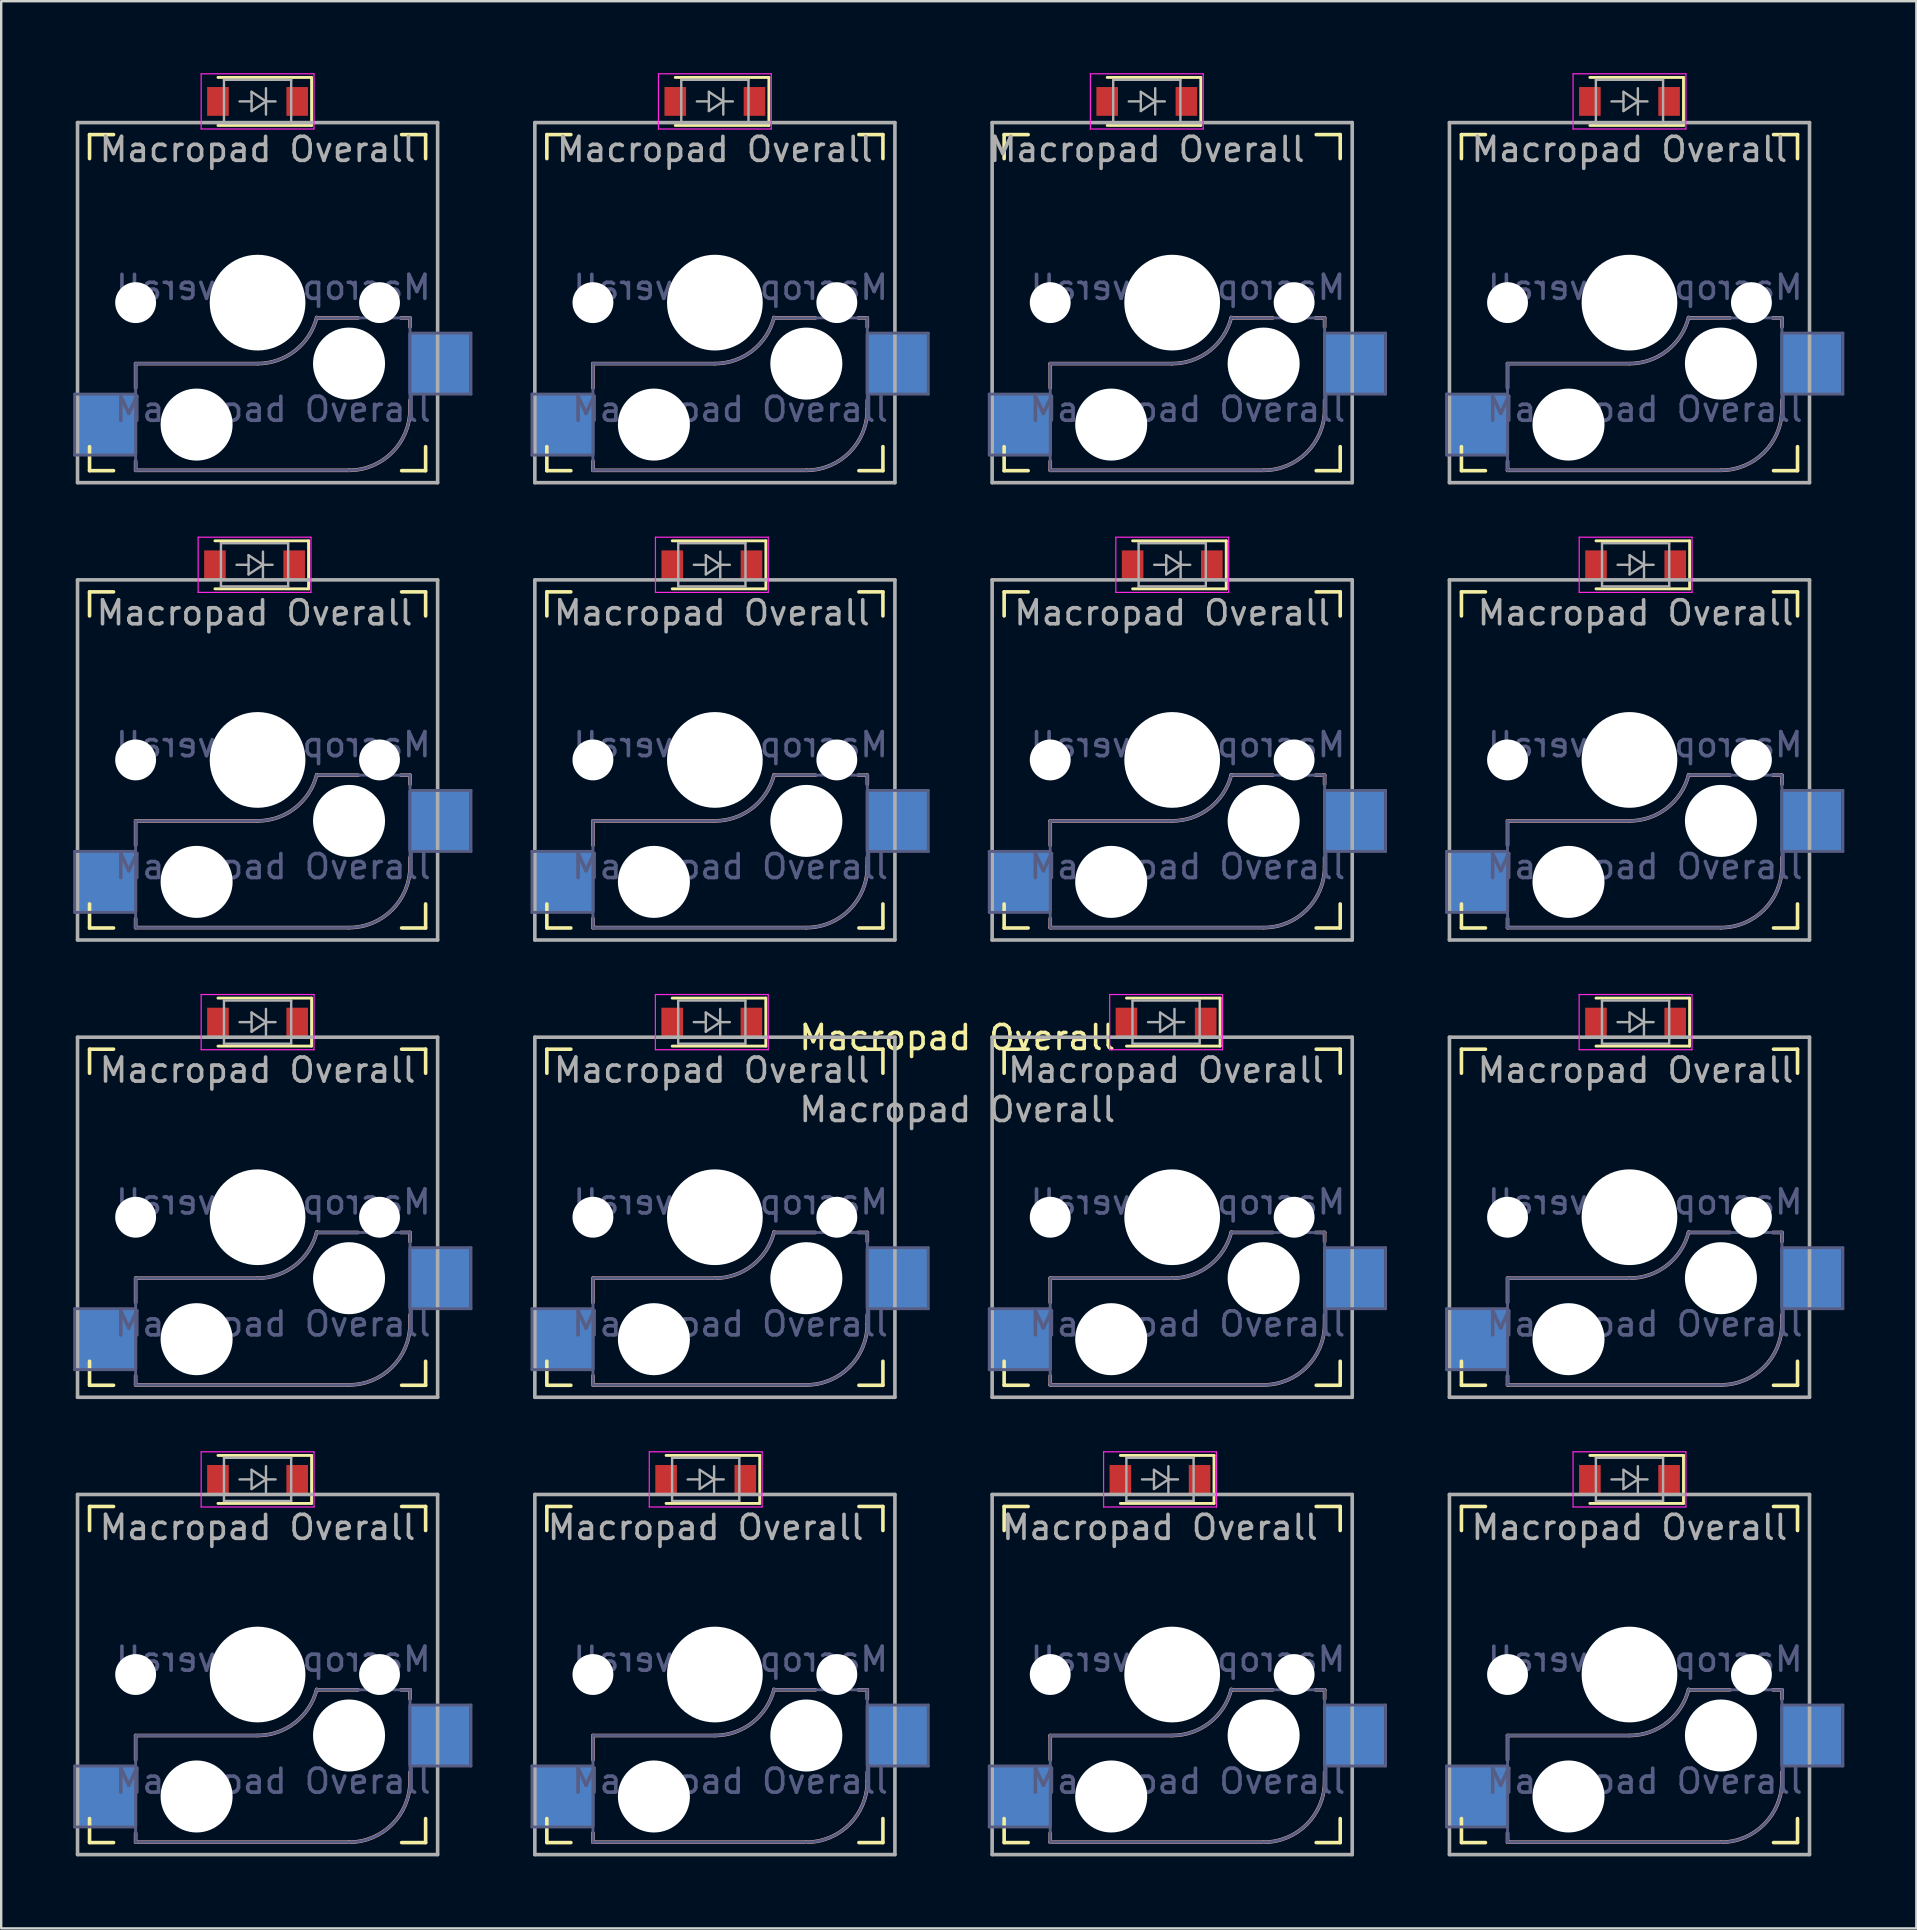
<source format=kicad_pcb>
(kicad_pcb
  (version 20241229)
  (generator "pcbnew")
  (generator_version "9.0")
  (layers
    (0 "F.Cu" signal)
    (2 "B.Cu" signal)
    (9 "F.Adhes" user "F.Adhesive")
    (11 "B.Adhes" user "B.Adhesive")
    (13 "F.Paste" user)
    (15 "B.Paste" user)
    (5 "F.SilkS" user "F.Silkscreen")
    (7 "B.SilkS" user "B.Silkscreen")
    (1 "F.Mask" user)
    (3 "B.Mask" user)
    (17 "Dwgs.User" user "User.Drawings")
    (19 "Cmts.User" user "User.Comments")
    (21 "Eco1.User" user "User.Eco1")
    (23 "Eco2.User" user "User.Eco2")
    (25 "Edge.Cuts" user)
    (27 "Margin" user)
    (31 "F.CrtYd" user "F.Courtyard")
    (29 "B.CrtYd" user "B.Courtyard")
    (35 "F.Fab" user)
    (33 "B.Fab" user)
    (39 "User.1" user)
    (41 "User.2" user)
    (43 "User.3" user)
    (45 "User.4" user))
  (footprint "Macropad Overall"
    (layer "F.Cu")
    (at 36.83 40.672)
    (property "Reference" "Macropad Overall" (at 0 -0.5 0) (unlocked yes) (layer "F.SilkS") (effects (font (size 1 1) (thickness 0.15))))
    (property "Value" "Macropad Overall" (at 0 1 0) (unlocked yes) (layer "F.Fab") (hide yes) (effects (font (size 1 1) (thickness 0.15))))
    (attr through_hole)
    (fp_line (start -36.15 -37.115) (end -36.15 -38.115) (stroke (width 0.15) (type solid)) (layer "F.SilkS"))
    (fp_line (start -36.15 -24.115) (end -36.15 -25.115) (stroke (width 0.15) (type solid)) (layer "F.SilkS"))
    (fp_line (start -36.15 -24.115) (end -35.15 -24.115) (stroke (width 0.15) (type solid)) (layer "F.SilkS"))
    (fp_line (start -36.15 -18.065) (end -36.15 -19.065) (stroke (width 0.15) (type solid)) (layer "F.SilkS"))
    (fp_line (start -36.15 -5.065) (end -36.15 -6.065) (stroke (width 0.15) (type solid)) (layer "F.SilkS"))
    (fp_line (start -36.15 -5.065) (end -35.15 -5.065) (stroke (width 0.15) (type solid)) (layer "F.SilkS"))
    (fp_line (start -36.15 0.985) (end -36.15 -0.015) (stroke (width 0.15) (type solid)) (layer "F.SilkS"))
    (fp_line (start -36.15 13.985) (end -36.15 12.985) (stroke (width 0.15) (type solid)) (layer "F.SilkS"))
    (fp_line (start -36.15 13.985) (end -35.15 13.985) (stroke (width 0.15) (type solid)) (layer "F.SilkS"))
    (fp_line (start -36.15 20.035) (end -36.15 19.035) (stroke (width 0.15) (type solid)) (layer "F.SilkS"))
    (fp_line (start -36.15 33.035) (end -36.15 32.035) (stroke (width 0.15) (type solid)) (layer "F.SilkS"))
    (fp_line (start -36.15 33.035) (end -35.15 33.035) (stroke (width 0.15) (type solid)) (layer "F.SilkS"))
    (fp_line (start -35.15 -38.115) (end -36.15 -38.115) (stroke (width 0.15) (type solid)) (layer "F.SilkS"))
    (fp_line (start -35.15 -19.065) (end -36.15 -19.065) (stroke (width 0.15) (type solid)) (layer "F.SilkS"))
    (fp_line (start -35.15 -0.015) (end -36.15 -0.015) (stroke (width 0.15) (type solid)) (layer "F.SilkS"))
    (fp_line (start -35.15 19.035) (end -36.15 19.035) (stroke (width 0.15) (type solid)) (layer "F.SilkS"))
    (fp_line (start -27.026 -21.193) (end -30.926 -21.193) (stroke (width 0.12) (type solid)) (layer "F.SilkS"))
    (fp_line (start -27.026 -19.193) (end -30.926 -19.193) (stroke (width 0.12) (type solid)) (layer "F.SilkS"))
    (fp_line (start -27.026 -19.193) (end -27.026 -21.193) (stroke (width 0.12) (type solid)) (layer "F.SilkS"))
    (fp_line (start -26.9 -40.497) (end -30.8 -40.497) (stroke (width 0.12) (type solid)) (layer "F.SilkS"))
    (fp_line (start -26.9 -38.497) (end -30.8 -38.497) (stroke (width 0.12) (type solid)) (layer "F.SilkS"))
    (fp_line (start -26.9 -38.497) (end -26.9 -40.497) (stroke (width 0.12) (type solid)) (layer "F.SilkS"))
    (fp_line (start -26.9 -2.143) (end -30.8 -2.143) (stroke (width 0.12) (type solid)) (layer "F.SilkS"))
    (fp_line (start -26.9 -0.143) (end -30.8 -0.143) (stroke (width 0.12) (type solid)) (layer "F.SilkS"))
    (fp_line (start -26.9 -0.143) (end -26.9 -2.143) (stroke (width 0.12) (type solid)) (layer "F.SilkS"))
    (fp_line (start -26.9 16.907) (end -30.8 16.907) (stroke (width 0.12) (type solid)) (layer "F.SilkS"))
    (fp_line (start -26.9 18.907) (end -30.8 18.907) (stroke (width 0.12) (type solid)) (layer "F.SilkS"))
    (fp_line (start -26.9 18.907) (end -26.9 16.907) (stroke (width 0.12) (type solid)) (layer "F.SilkS"))
    (fp_line (start -23.15 -24.115) (end -22.15 -24.115) (stroke (width 0.15) (type solid)) (layer "F.SilkS"))
    (fp_line (start -23.15 -5.065) (end -22.15 -5.065) (stroke (width 0.15) (type solid)) (layer "F.SilkS"))
    (fp_line (start -23.15 13.985) (end -22.15 13.985) (stroke (width 0.15) (type solid)) (layer "F.SilkS"))
    (fp_line (start -23.15 33.035) (end -22.15 33.035) (stroke (width 0.15) (type solid)) (layer "F.SilkS"))
    (fp_line (start -22.15 -38.115) (end -23.15 -38.115) (stroke (width 0.15) (type solid)) (layer "F.SilkS"))
    (fp_line (start -22.15 -38.115) (end -22.15 -37.115) (stroke (width 0.15) (type solid)) (layer "F.SilkS"))
    (fp_line (start -22.15 -25.115) (end -22.15 -24.115) (stroke (width 0.15) (type solid)) (layer "F.SilkS"))
    (fp_line (start -22.15 -19.065) (end -23.15 -19.065) (stroke (width 0.15) (type solid)) (layer "F.SilkS"))
    (fp_line (start -22.15 -19.065) (end -22.15 -18.065) (stroke (width 0.15) (type solid)) (layer "F.SilkS"))
    (fp_line (start -22.15 -6.065) (end -22.15 -5.065) (stroke (width 0.15) (type solid)) (layer "F.SilkS"))
    (fp_line (start -22.15 -0.015) (end -23.15 -0.015) (stroke (width 0.15) (type solid)) (layer "F.SilkS"))
    (fp_line (start -22.15 -0.015) (end -22.15 0.985) (stroke (width 0.15) (type solid)) (layer "F.SilkS"))
    (fp_line (start -22.15 12.985) (end -22.15 13.985) (stroke (width 0.15) (type solid)) (layer "F.SilkS"))
    (fp_line (start -22.15 19.035) (end -23.15 19.035) (stroke (width 0.15) (type solid)) (layer "F.SilkS"))
    (fp_line (start -22.15 19.035) (end -22.15 20.035) (stroke (width 0.15) (type solid)) (layer "F.SilkS"))
    (fp_line (start -22.15 32.035) (end -22.15 33.035) (stroke (width 0.15) (type solid)) (layer "F.SilkS"))
    (fp_line (start -17.1 -37.115) (end -17.1 -38.115) (stroke (width 0.15) (type solid)) (layer "F.SilkS"))
    (fp_line (start -17.1 -24.115) (end -17.1 -25.115) (stroke (width 0.15) (type solid)) (layer "F.SilkS"))
    (fp_line (start -17.1 -24.115) (end -16.1 -24.115) (stroke (width 0.15) (type solid)) (layer "F.SilkS"))
    (fp_line (start -17.1 -18.065) (end -17.1 -19.065) (stroke (width 0.15) (type solid)) (layer "F.SilkS"))
    (fp_line (start -17.1 -5.065) (end -17.1 -6.065) (stroke (width 0.15) (type solid)) (layer "F.SilkS"))
    (fp_line (start -17.1 -5.065) (end -16.1 -5.065) (stroke (width 0.15) (type solid)) (layer "F.SilkS"))
    (fp_line (start -17.1 0.985) (end -17.1 -0.015) (stroke (width 0.15) (type solid)) (layer "F.SilkS"))
    (fp_line (start -17.1 13.985) (end -17.1 12.985) (stroke (width 0.15) (type solid)) (layer "F.SilkS"))
    (fp_line (start -17.1 13.985) (end -16.1 13.985) (stroke (width 0.15) (type solid)) (layer "F.SilkS"))
    (fp_line (start -17.1 20.035) (end -17.1 19.035) (stroke (width 0.15) (type solid)) (layer "F.SilkS"))
    (fp_line (start -17.1 33.035) (end -17.1 32.035) (stroke (width 0.15) (type solid)) (layer "F.SilkS"))
    (fp_line (start -17.1 33.035) (end -16.1 33.035) (stroke (width 0.15) (type solid)) (layer "F.SilkS"))
    (fp_line (start -16.1 -38.115) (end -17.1 -38.115) (stroke (width 0.15) (type solid)) (layer "F.SilkS"))
    (fp_line (start -16.1 -19.065) (end -17.1 -19.065) (stroke (width 0.15) (type solid)) (layer "F.SilkS"))
    (fp_line (start -16.1 -0.015) (end -17.1 -0.015) (stroke (width 0.15) (type solid)) (layer "F.SilkS"))
    (fp_line (start -16.1 19.035) (end -17.1 19.035) (stroke (width 0.15) (type solid)) (layer "F.SilkS"))
    (fp_line (start -8.232 16.907) (end -12.132 16.907) (stroke (width 0.12) (type solid)) (layer "F.SilkS"))
    (fp_line (start -8.232 18.907) (end -12.132 18.907) (stroke (width 0.12) (type solid)) (layer "F.SilkS"))
    (fp_line (start -8.232 18.907) (end -8.232 16.907) (stroke (width 0.12) (type solid)) (layer "F.SilkS"))
    (fp_line (start -7.978 -2.143) (end -11.878 -2.143) (stroke (width 0.12) (type solid)) (layer "F.SilkS"))
    (fp_line (start -7.978 -0.143) (end -11.878 -0.143) (stroke (width 0.12) (type solid)) (layer "F.SilkS"))
    (fp_line (start -7.978 -0.143) (end -7.978 -2.143) (stroke (width 0.12) (type solid)) (layer "F.SilkS"))
    (fp_line (start -7.976 -21.193) (end -11.876 -21.193) (stroke (width 0.12) (type solid)) (layer "F.SilkS"))
    (fp_line (start -7.976 -19.193) (end -11.876 -19.193) (stroke (width 0.12) (type solid)) (layer "F.SilkS"))
    (fp_line (start -7.976 -19.193) (end -7.976 -21.193) (stroke (width 0.12) (type solid)) (layer "F.SilkS"))
    (fp_line (start -7.85 -40.497) (end -11.75 -40.497) (stroke (width 0.12) (type solid)) (layer "F.SilkS"))
    (fp_line (start -7.85 -38.497) (end -11.75 -38.497) (stroke (width 0.12) (type solid)) (layer "F.SilkS"))
    (fp_line (start -7.85 -38.497) (end -7.85 -40.497) (stroke (width 0.12) (type solid)) (layer "F.SilkS"))
    (fp_line (start -4.1 -24.115) (end -3.1 -24.115) (stroke (width 0.15) (type solid)) (layer "F.SilkS"))
    (fp_line (start -4.1 -5.065) (end -3.1 -5.065) (stroke (width 0.15) (type solid)) (layer "F.SilkS"))
    (fp_line (start -4.1 13.985) (end -3.1 13.985) (stroke (width 0.15) (type solid)) (layer "F.SilkS"))
    (fp_line (start -4.1 33.035) (end -3.1 33.035) (stroke (width 0.15) (type solid)) (layer "F.SilkS"))
    (fp_line (start -3.1 -38.115) (end -4.1 -38.115) (stroke (width 0.15) (type solid)) (layer "F.SilkS"))
    (fp_line (start -3.1 -38.115) (end -3.1 -37.115) (stroke (width 0.15) (type solid)) (layer "F.SilkS"))
    (fp_line (start -3.1 -25.115) (end -3.1 -24.115) (stroke (width 0.15) (type solid)) (layer "F.SilkS"))
    (fp_line (start -3.1 -19.065) (end -4.1 -19.065) (stroke (width 0.15) (type solid)) (layer "F.SilkS"))
    (fp_line (start -3.1 -19.065) (end -3.1 -18.065) (stroke (width 0.15) (type solid)) (layer "F.SilkS"))
    (fp_line (start -3.1 -6.065) (end -3.1 -5.065) (stroke (width 0.15) (type solid)) (layer "F.SilkS"))
    (fp_line (start -3.1 -0.015) (end -4.1 -0.015) (stroke (width 0.15) (type solid)) (layer "F.SilkS"))
    (fp_line (start -3.1 -0.015) (end -3.1 0.985) (stroke (width 0.15) (type solid)) (layer "F.SilkS"))
    (fp_line (start -3.1 12.985) (end -3.1 13.985) (stroke (width 0.15) (type solid)) (layer "F.SilkS"))
    (fp_line (start -3.1 19.035) (end -4.1 19.035) (stroke (width 0.15) (type solid)) (layer "F.SilkS"))
    (fp_line (start -3.1 19.035) (end -3.1 20.035) (stroke (width 0.15) (type solid)) (layer "F.SilkS"))
    (fp_line (start -3.1 32.035) (end -3.1 33.035) (stroke (width 0.15) (type solid)) (layer "F.SilkS"))
    (fp_line (start 1.95 -37.115) (end 1.95 -38.115) (stroke (width 0.15) (type solid)) (layer "F.SilkS"))
    (fp_line (start 1.95 -24.115) (end 1.95 -25.115) (stroke (width 0.15) (type solid)) (layer "F.SilkS"))
    (fp_line (start 1.95 -24.115) (end 2.95 -24.115) (stroke (width 0.15) (type solid)) (layer "F.SilkS"))
    (fp_line (start 1.95 -18.065) (end 1.95 -19.065) (stroke (width 0.15) (type solid)) (layer "F.SilkS"))
    (fp_line (start 1.95 -5.065) (end 1.95 -6.065) (stroke (width 0.15) (type solid)) (layer "F.SilkS"))
    (fp_line (start 1.95 -5.065) (end 2.95 -5.065) (stroke (width 0.15) (type solid)) (layer "F.SilkS"))
    (fp_line (start 1.95 0.985) (end 1.95 -0.015) (stroke (width 0.15) (type solid)) (layer "F.SilkS"))
    (fp_line (start 1.95 13.985) (end 1.95 12.985) (stroke (width 0.15) (type solid)) (layer "F.SilkS"))
    (fp_line (start 1.95 13.985) (end 2.95 13.985) (stroke (width 0.15) (type solid)) (layer "F.SilkS"))
    (fp_line (start 1.95 20.035) (end 1.95 19.035) (stroke (width 0.15) (type solid)) (layer "F.SilkS"))
    (fp_line (start 1.95 33.035) (end 1.95 32.035) (stroke (width 0.15) (type solid)) (layer "F.SilkS"))
    (fp_line (start 1.95 33.035) (end 2.95 33.035) (stroke (width 0.15) (type solid)) (layer "F.SilkS"))
    (fp_line (start 2.95 -38.115) (end 1.95 -38.115) (stroke (width 0.15) (type solid)) (layer "F.SilkS"))
    (fp_line (start 2.95 -19.065) (end 1.95 -19.065) (stroke (width 0.15) (type solid)) (layer "F.SilkS"))
    (fp_line (start 2.95 -0.015) (end 1.95 -0.015) (stroke (width 0.15) (type solid)) (layer "F.SilkS"))
    (fp_line (start 2.95 19.035) (end 1.95 19.035) (stroke (width 0.15) (type solid)) (layer "F.SilkS"))
    (fp_line (start 10.143 -40.497) (end 6.243 -40.497) (stroke (width 0.12) (type solid)) (layer "F.SilkS"))
    (fp_line (start 10.143 -38.497) (end 6.243 -38.497) (stroke (width 0.12) (type solid)) (layer "F.SilkS"))
    (fp_line (start 10.143 -38.497) (end 10.143 -40.497) (stroke (width 0.12) (type solid)) (layer "F.SilkS"))
    (fp_line (start 10.692 16.907) (end 6.792 16.907) (stroke (width 0.12) (type solid)) (layer "F.SilkS"))
    (fp_line (start 10.692 18.907) (end 6.792 18.907) (stroke (width 0.12) (type solid)) (layer "F.SilkS"))
    (fp_line (start 10.692 18.907) (end 10.692 16.907) (stroke (width 0.12) (type solid)) (layer "F.SilkS"))
    (fp_line (start 10.946 -2.143) (end 7.046 -2.143) (stroke (width 0.12) (type solid)) (layer "F.SilkS"))
    (fp_line (start 10.946 -0.143) (end 7.046 -0.143) (stroke (width 0.12) (type solid)) (layer "F.SilkS"))
    (fp_line (start 10.946 -0.143) (end 10.946 -2.143) (stroke (width 0.12) (type solid)) (layer "F.SilkS"))
    (fp_line (start 11.202 -21.193) (end 7.302 -21.193) (stroke (width 0.12) (type solid)) (layer "F.SilkS"))
    (fp_line (start 11.202 -19.193) (end 7.302 -19.193) (stroke (width 0.12) (type solid)) (layer "F.SilkS"))
    (fp_line (start 11.202 -19.193) (end 11.202 -21.193) (stroke (width 0.12) (type solid)) (layer "F.SilkS"))
    (fp_line (start 14.95 -24.115) (end 15.95 -24.115) (stroke (width 0.15) (type solid)) (layer "F.SilkS"))
    (fp_line (start 14.95 -5.065) (end 15.95 -5.065) (stroke (width 0.15) (type solid)) (layer "F.SilkS"))
    (fp_line (start 14.95 13.985) (end 15.95 13.985) (stroke (width 0.15) (type solid)) (layer "F.SilkS"))
    (fp_line (start 14.95 33.035) (end 15.95 33.035) (stroke (width 0.15) (type solid)) (layer "F.SilkS"))
    (fp_line (start 15.95 -38.115) (end 14.95 -38.115) (stroke (width 0.15) (type solid)) (layer "F.SilkS"))
    (fp_line (start 15.95 -38.115) (end 15.95 -37.115) (stroke (width 0.15) (type solid)) (layer "F.SilkS"))
    (fp_line (start 15.95 -25.115) (end 15.95 -24.115) (stroke (width 0.15) (type solid)) (layer "F.SilkS"))
    (fp_line (start 15.95 -19.065) (end 14.95 -19.065) (stroke (width 0.15) (type solid)) (layer "F.SilkS"))
    (fp_line (start 15.95 -19.065) (end 15.95 -18.065) (stroke (width 0.15) (type solid)) (layer "F.SilkS"))
    (fp_line (start 15.95 -6.065) (end 15.95 -5.065) (stroke (width 0.15) (type solid)) (layer "F.SilkS"))
    (fp_line (start 15.95 -0.015) (end 14.95 -0.015) (stroke (width 0.15) (type solid)) (layer "F.SilkS"))
    (fp_line (start 15.95 -0.015) (end 15.95 0.985) (stroke (width 0.15) (type solid)) (layer "F.SilkS"))
    (fp_line (start 15.95 12.985) (end 15.95 13.985) (stroke (width 0.15) (type solid)) (layer "F.SilkS"))
    (fp_line (start 15.95 19.035) (end 14.95 19.035) (stroke (width 0.15) (type solid)) (layer "F.SilkS"))
    (fp_line (start 15.95 19.035) (end 15.95 20.035) (stroke (width 0.15) (type solid)) (layer "F.SilkS"))
    (fp_line (start 15.95 32.035) (end 15.95 33.035) (stroke (width 0.15) (type solid)) (layer "F.SilkS"))
    (fp_line (start 21 -37.115) (end 21 -38.115) (stroke (width 0.15) (type solid)) (layer "F.SilkS"))
    (fp_line (start 21 -24.115) (end 21 -25.115) (stroke (width 0.15) (type solid)) (layer "F.SilkS"))
    (fp_line (start 21 -24.115) (end 22 -24.115) (stroke (width 0.15) (type solid)) (layer "F.SilkS"))
    (fp_line (start 21 -18.065) (end 21 -19.065) (stroke (width 0.15) (type solid)) (layer "F.SilkS"))
    (fp_line (start 21 -5.065) (end 21 -6.065) (stroke (width 0.15) (type solid)) (layer "F.SilkS"))
    (fp_line (start 21 -5.065) (end 22 -5.065) (stroke (width 0.15) (type solid)) (layer "F.SilkS"))
    (fp_line (start 21 0.985) (end 21 -0.015) (stroke (width 0.15) (type solid)) (layer "F.SilkS"))
    (fp_line (start 21 13.985) (end 21 12.985) (stroke (width 0.15) (type solid)) (layer "F.SilkS"))
    (fp_line (start 21 13.985) (end 22 13.985) (stroke (width 0.15) (type solid)) (layer "F.SilkS"))
    (fp_line (start 21 20.035) (end 21 19.035) (stroke (width 0.15) (type solid)) (layer "F.SilkS"))
    (fp_line (start 21 33.035) (end 21 32.035) (stroke (width 0.15) (type solid)) (layer "F.SilkS"))
    (fp_line (start 21 33.035) (end 22 33.035) (stroke (width 0.15) (type solid)) (layer "F.SilkS"))
    (fp_line (start 22 -38.115) (end 21 -38.115) (stroke (width 0.15) (type solid)) (layer "F.SilkS"))
    (fp_line (start 22 -19.065) (end 21 -19.065) (stroke (width 0.15) (type solid)) (layer "F.SilkS"))
    (fp_line (start 22 -0.015) (end 21 -0.015) (stroke (width 0.15) (type solid)) (layer "F.SilkS"))
    (fp_line (start 22 19.035) (end 21 19.035) (stroke (width 0.15) (type solid)) (layer "F.SilkS"))
    (fp_line (start 30.25 -40.497) (end 26.35 -40.497) (stroke (width 0.12) (type solid)) (layer "F.SilkS"))
    (fp_line (start 30.25 -38.497) (end 26.35 -38.497) (stroke (width 0.12) (type solid)) (layer "F.SilkS"))
    (fp_line (start 30.25 -38.497) (end 30.25 -40.497) (stroke (width 0.12) (type solid)) (layer "F.SilkS"))
    (fp_line (start 30.25 16.907) (end 26.35 16.907) (stroke (width 0.12) (type solid)) (layer "F.SilkS"))
    (fp_line (start 30.25 18.907) (end 26.35 18.907) (stroke (width 0.12) (type solid)) (layer "F.SilkS"))
    (fp_line (start 30.25 18.907) (end 30.25 16.907) (stroke (width 0.12) (type solid)) (layer "F.SilkS"))
    (fp_line (start 30.504 -2.143) (end 26.604 -2.143) (stroke (width 0.12) (type solid)) (layer "F.SilkS"))
    (fp_line (start 30.504 -0.143) (end 26.604 -0.143) (stroke (width 0.12) (type solid)) (layer "F.SilkS"))
    (fp_line (start 30.504 -0.143) (end 30.504 -2.143) (stroke (width 0.12) (type solid)) (layer "F.SilkS"))
    (fp_line (start 30.506 -21.193) (end 26.606 -21.193) (stroke (width 0.12) (type solid)) (layer "F.SilkS"))
    (fp_line (start 30.506 -19.193) (end 26.606 -19.193) (stroke (width 0.12) (type solid)) (layer "F.SilkS"))
    (fp_line (start 30.506 -19.193) (end 30.506 -21.193) (stroke (width 0.12) (type solid)) (layer "F.SilkS"))
    (fp_line (start 34 -24.115) (end 35 -24.115) (stroke (width 0.15) (type solid)) (layer "F.SilkS"))
    (fp_line (start 34 -5.065) (end 35 -5.065) (stroke (width 0.15) (type solid)) (layer "F.SilkS"))
    (fp_line (start 34 13.985) (end 35 13.985) (stroke (width 0.15) (type solid)) (layer "F.SilkS"))
    (fp_line (start 34 33.035) (end 35 33.035) (stroke (width 0.15) (type solid)) (layer "F.SilkS"))
    (fp_line (start 35 -38.115) (end 34 -38.115) (stroke (width 0.15) (type solid)) (layer "F.SilkS"))
    (fp_line (start 35 -38.115) (end 35 -37.115) (stroke (width 0.15) (type solid)) (layer "F.SilkS"))
    (fp_line (start 35 -25.115) (end 35 -24.115) (stroke (width 0.15) (type solid)) (layer "F.SilkS"))
    (fp_line (start 35 -19.065) (end 34 -19.065) (stroke (width 0.15) (type solid)) (layer "F.SilkS"))
    (fp_line (start 35 -19.065) (end 35 -18.065) (stroke (width 0.15) (type solid)) (layer "F.SilkS"))
    (fp_line (start 35 -6.065) (end 35 -5.065) (stroke (width 0.15) (type solid)) (layer "F.SilkS"))
    (fp_line (start 35 -0.015) (end 34 -0.015) (stroke (width 0.15) (type solid)) (layer "F.SilkS"))
    (fp_line (start 35 -0.015) (end 35 0.985) (stroke (width 0.15) (type solid)) (layer "F.SilkS"))
    (fp_line (start 35 12.985) (end 35 13.985) (stroke (width 0.15) (type solid)) (layer "F.SilkS"))
    (fp_line (start 35 19.035) (end 34 19.035) (stroke (width 0.15) (type solid)) (layer "F.SilkS"))
    (fp_line (start 35 19.035) (end 35 20.035) (stroke (width 0.15) (type solid)) (layer "F.SilkS"))
    (fp_line (start 35 32.035) (end 35 33.035) (stroke (width 0.15) (type solid)) (layer "F.SilkS"))
    (fp_line (start -34.23 -28.575) (end -29.15 -28.575) (stroke (width 0.15) (type solid)) (layer "B.SilkS"))
    (fp_line (start -34.23 -27.559) (end -34.23 -28.575) (stroke (width 0.15) (type solid)) (layer "B.SilkS"))
    (fp_line (start -34.23 -24.13) (end -34.23 -24.511) (stroke (width 0.15) (type solid)) (layer "B.SilkS"))
    (fp_line (start -34.23 -9.525) (end -29.15 -9.525) (stroke (width 0.15) (type solid)) (layer "B.SilkS"))
    (fp_line (start -34.23 -8.509) (end -34.23 -9.525) (stroke (width 0.15) (type solid)) (layer "B.SilkS"))
    (fp_line (start -34.23 -5.08) (end -34.23 -5.461) (stroke (width 0.15) (type solid)) (layer "B.SilkS"))
    (fp_line (start -34.23 9.525) (end -29.15 9.525) (stroke (width 0.15) (type solid)) (layer "B.SilkS"))
    (fp_line (start -34.23 10.541) (end -34.23 9.525) (stroke (width 0.15) (type solid)) (layer "B.SilkS"))
    (fp_line (start -34.23 13.97) (end -34.23 13.589) (stroke (width 0.15) (type solid)) (layer "B.SilkS"))
    (fp_line (start -34.23 28.575) (end -29.15 28.575) (stroke (width 0.15) (type solid)) (layer "B.SilkS"))
    (fp_line (start -34.23 29.591) (end -34.23 28.575) (stroke (width 0.15) (type solid)) (layer "B.SilkS"))
    (fp_line (start -34.23 33.02) (end -34.23 32.639) (stroke (width 0.15) (type solid)) (layer "B.SilkS"))
    (fp_line (start -26.686 -30.48) (end -24.959 -30.48) (stroke (width 0.15) (type solid)) (layer "B.SilkS"))
    (fp_line (start -26.686 -11.43) (end -24.959 -11.43) (stroke (width 0.15) (type solid)) (layer "B.SilkS"))
    (fp_line (start -26.686 7.62) (end -24.959 7.62) (stroke (width 0.15) (type solid)) (layer "B.SilkS"))
    (fp_line (start -26.686 26.67) (end -24.959 26.67) (stroke (width 0.15) (type solid)) (layer "B.SilkS"))
    (fp_line (start -25.34 -24.13) (end -34.23 -24.13) (stroke (width 0.15) (type solid)) (layer "B.SilkS"))
    (fp_line (start -25.34 -5.08) (end -34.23 -5.08) (stroke (width 0.15) (type solid)) (layer "B.SilkS"))
    (fp_line (start -25.34 13.97) (end -34.23 13.97) (stroke (width 0.15) (type solid)) (layer "B.SilkS"))
    (fp_line (start -25.34 33.02) (end -34.23 33.02) (stroke (width 0.15) (type solid)) (layer "B.SilkS"))
    (fp_line (start -23.181 -30.48) (end -22.8 -30.48) (stroke (width 0.15) (type solid)) (layer "B.SilkS"))
    (fp_line (start -23.181 -11.43) (end -22.8 -11.43) (stroke (width 0.15) (type solid)) (layer "B.SilkS"))
    (fp_line (start -23.181 7.62) (end -22.8 7.62) (stroke (width 0.15) (type solid)) (layer "B.SilkS"))
    (fp_line (start -23.181 26.67) (end -22.8 26.67) (stroke (width 0.15) (type solid)) (layer "B.SilkS"))
    (fp_line (start -22.8 -30.099) (end -22.8 -30.48) (stroke (width 0.15) (type solid)) (layer "B.SilkS"))
    (fp_line (start -22.8 -26.67) (end -22.8 -27.051) (stroke (width 0.15) (type solid)) (layer "B.SilkS"))
    (fp_line (start -22.8 -11.049) (end -22.8 -11.43) (stroke (width 0.15) (type solid)) (layer "B.SilkS"))
    (fp_line (start -22.8 -7.62) (end -22.8 -8.001) (stroke (width 0.15) (type solid)) (layer "B.SilkS"))
    (fp_line (start -22.8 8.001) (end -22.8 7.62) (stroke (width 0.15) (type solid)) (layer "B.SilkS"))
    (fp_line (start -22.8 11.43) (end -22.8 11.049) (stroke (width 0.15) (type solid)) (layer "B.SilkS"))
    (fp_line (start -22.8 27.051) (end -22.8 26.67) (stroke (width 0.15) (type solid)) (layer "B.SilkS"))
    (fp_line (start -22.8 30.48) (end -22.8 30.099) (stroke (width 0.15) (type solid)) (layer "B.SilkS"))
    (fp_line (start -15.18 -28.575) (end -10.1 -28.575) (stroke (width 0.15) (type solid)) (layer "B.SilkS"))
    (fp_line (start -15.18 -27.559) (end -15.18 -28.575) (stroke (width 0.15) (type solid)) (layer "B.SilkS"))
    (fp_line (start -15.18 -24.13) (end -15.18 -24.511) (stroke (width 0.15) (type solid)) (layer "B.SilkS"))
    (fp_line (start -15.18 -9.525) (end -10.1 -9.525) (stroke (width 0.15) (type solid)) (layer "B.SilkS"))
    (fp_line (start -15.18 -8.509) (end -15.18 -9.525) (stroke (width 0.15) (type solid)) (layer "B.SilkS"))
    (fp_line (start -15.18 -5.08) (end -15.18 -5.461) (stroke (width 0.15) (type solid)) (layer "B.SilkS"))
    (fp_line (start -15.18 9.525) (end -10.1 9.525) (stroke (width 0.15) (type solid)) (layer "B.SilkS"))
    (fp_line (start -15.18 10.541) (end -15.18 9.525) (stroke (width 0.15) (type solid)) (layer "B.SilkS"))
    (fp_line (start -15.18 13.97) (end -15.18 13.589) (stroke (width 0.15) (type solid)) (layer "B.SilkS"))
    (fp_line (start -15.18 28.575) (end -10.1 28.575) (stroke (width 0.15) (type solid)) (layer "B.SilkS"))
    (fp_line (start -15.18 29.591) (end -15.18 28.575) (stroke (width 0.15) (type solid)) (layer "B.SilkS"))
    (fp_line (start -15.18 33.02) (end -15.18 32.639) (stroke (width 0.15) (type solid)) (layer "B.SilkS"))
    (fp_line (start -7.636 -30.48) (end -5.909 -30.48) (stroke (width 0.15) (type solid)) (layer "B.SilkS"))
    (fp_line (start -7.636 -11.43) (end -5.909 -11.43) (stroke (width 0.15) (type solid)) (layer "B.SilkS"))
    (fp_line (start -7.636 7.62) (end -5.909 7.62) (stroke (width 0.15) (type solid)) (layer "B.SilkS"))
    (fp_line (start -7.636 26.67) (end -5.909 26.67) (stroke (width 0.15) (type solid)) (layer "B.SilkS"))
    (fp_line (start -6.29 -24.13) (end -15.18 -24.13) (stroke (width 0.15) (type solid)) (layer "B.SilkS"))
    (fp_line (start -6.29 -5.08) (end -15.18 -5.08) (stroke (width 0.15) (type solid)) (layer "B.SilkS"))
    (fp_line (start -6.29 13.97) (end -15.18 13.97) (stroke (width 0.15) (type solid)) (layer "B.SilkS"))
    (fp_line (start -6.29 33.02) (end -15.18 33.02) (stroke (width 0.15) (type solid)) (layer "B.SilkS"))
    (fp_line (start -4.131 -30.48) (end -3.75 -30.48) (stroke (width 0.15) (type solid)) (layer "B.SilkS"))
    (fp_line (start -4.131 -11.43) (end -3.75 -11.43) (stroke (width 0.15) (type solid)) (layer "B.SilkS"))
    (fp_line (start -4.131 7.62) (end -3.75 7.62) (stroke (width 0.15) (type solid)) (layer "B.SilkS"))
    (fp_line (start -4.131 26.67) (end -3.75 26.67) (stroke (width 0.15) (type solid)) (layer "B.SilkS"))
    (fp_line (start -3.75 -30.099) (end -3.75 -30.48) (stroke (width 0.15) (type solid)) (layer "B.SilkS"))
    (fp_line (start -3.75 -26.67) (end -3.75 -27.051) (stroke (width 0.15) (type solid)) (layer "B.SilkS"))
    (fp_line (start -3.75 -11.049) (end -3.75 -11.43) (stroke (width 0.15) (type solid)) (layer "B.SilkS"))
    (fp_line (start -3.75 -7.62) (end -3.75 -8.001) (stroke (width 0.15) (type solid)) (layer "B.SilkS"))
    (fp_line (start -3.75 8.001) (end -3.75 7.62) (stroke (width 0.15) (type solid)) (layer "B.SilkS"))
    (fp_line (start -3.75 11.43) (end -3.75 11.049) (stroke (width 0.15) (type solid)) (layer "B.SilkS"))
    (fp_line (start -3.75 27.051) (end -3.75 26.67) (stroke (width 0.15) (type solid)) (layer "B.SilkS"))
    (fp_line (start -3.75 30.48) (end -3.75 30.099) (stroke (width 0.15) (type solid)) (layer "B.SilkS"))
    (fp_line (start 3.87 -28.575) (end 8.95 -28.575) (stroke (width 0.15) (type solid)) (layer "B.SilkS"))
    (fp_line (start 3.87 -27.559) (end 3.87 -28.575) (stroke (width 0.15) (type solid)) (layer "B.SilkS"))
    (fp_line (start 3.87 -24.13) (end 3.87 -24.511) (stroke (width 0.15) (type solid)) (layer "B.SilkS"))
    (fp_line (start 3.87 -9.525) (end 8.95 -9.525) (stroke (width 0.15) (type solid)) (layer "B.SilkS"))
    (fp_line (start 3.87 -8.509) (end 3.87 -9.525) (stroke (width 0.15) (type solid)) (layer "B.SilkS"))
    (fp_line (start 3.87 -5.08) (end 3.87 -5.461) (stroke (width 0.15) (type solid)) (layer "B.SilkS"))
    (fp_line (start 3.87 9.525) (end 8.95 9.525) (stroke (width 0.15) (type solid)) (layer "B.SilkS"))
    (fp_line (start 3.87 10.541) (end 3.87 9.525) (stroke (width 0.15) (type solid)) (layer "B.SilkS"))
    (fp_line (start 3.87 13.97) (end 3.87 13.589) (stroke (width 0.15) (type solid)) (layer "B.SilkS"))
    (fp_line (start 3.87 28.575) (end 8.95 28.575) (stroke (width 0.15) (type solid)) (layer "B.SilkS"))
    (fp_line (start 3.87 29.591) (end 3.87 28.575) (stroke (width 0.15) (type solid)) (layer "B.SilkS"))
    (fp_line (start 3.87 33.02) (end 3.87 32.639) (stroke (width 0.15) (type solid)) (layer "B.SilkS"))
    (fp_line (start 11.414 -30.48) (end 13.141 -30.48) (stroke (width 0.15) (type solid)) (layer "B.SilkS"))
    (fp_line (start 11.414 -11.43) (end 13.141 -11.43) (stroke (width 0.15) (type solid)) (layer "B.SilkS"))
    (fp_line (start 11.414 7.62) (end 13.141 7.62) (stroke (width 0.15) (type solid)) (layer "B.SilkS"))
    (fp_line (start 11.414 26.67) (end 13.141 26.67) (stroke (width 0.15) (type solid)) (layer "B.SilkS"))
    (fp_line (start 12.76 -24.13) (end 3.87 -24.13) (stroke (width 0.15) (type solid)) (layer "B.SilkS"))
    (fp_line (start 12.76 -5.08) (end 3.87 -5.08) (stroke (width 0.15) (type solid)) (layer "B.SilkS"))
    (fp_line (start 12.76 13.97) (end 3.87 13.97) (stroke (width 0.15) (type solid)) (layer "B.SilkS"))
    (fp_line (start 12.76 33.02) (end 3.87 33.02) (stroke (width 0.15) (type solid)) (layer "B.SilkS"))
    (fp_line (start 14.919 -30.48) (end 15.3 -30.48) (stroke (width 0.15) (type solid)) (layer "B.SilkS"))
    (fp_line (start 14.919 -11.43) (end 15.3 -11.43) (stroke (width 0.15) (type solid)) (layer "B.SilkS"))
    (fp_line (start 14.919 7.62) (end 15.3 7.62) (stroke (width 0.15) (type solid)) (layer "B.SilkS"))
    (fp_line (start 14.919 26.67) (end 15.3 26.67) (stroke (width 0.15) (type solid)) (layer "B.SilkS"))
    (fp_line (start 15.3 -30.099) (end 15.3 -30.48) (stroke (width 0.15) (type solid)) (layer "B.SilkS"))
    (fp_line (start 15.3 -26.67) (end 15.3 -27.051) (stroke (width 0.15) (type solid)) (layer "B.SilkS"))
    (fp_line (start 15.3 -11.049) (end 15.3 -11.43) (stroke (width 0.15) (type solid)) (layer "B.SilkS"))
    (fp_line (start 15.3 -7.62) (end 15.3 -8.001) (stroke (width 0.15) (type solid)) (layer "B.SilkS"))
    (fp_line (start 15.3 8.001) (end 15.3 7.62) (stroke (width 0.15) (type solid)) (layer "B.SilkS"))
    (fp_line (start 15.3 11.43) (end 15.3 11.049) (stroke (width 0.15) (type solid)) (layer "B.SilkS"))
    (fp_line (start 15.3 27.051) (end 15.3 26.67) (stroke (width 0.15) (type solid)) (layer "B.SilkS"))
    (fp_line (start 15.3 30.48) (end 15.3 30.099) (stroke (width 0.15) (type solid)) (layer "B.SilkS"))
    (fp_line (start 22.92 -28.575) (end 28 -28.575) (stroke (width 0.15) (type solid)) (layer "B.SilkS"))
    (fp_line (start 22.92 -27.559) (end 22.92 -28.575) (stroke (width 0.15) (type solid)) (layer "B.SilkS"))
    (fp_line (start 22.92 -24.13) (end 22.92 -24.511) (stroke (width 0.15) (type solid)) (layer "B.SilkS"))
    (fp_line (start 22.92 -9.525) (end 28 -9.525) (stroke (width 0.15) (type solid)) (layer "B.SilkS"))
    (fp_line (start 22.92 -8.509) (end 22.92 -9.525) (stroke (width 0.15) (type solid)) (layer "B.SilkS"))
    (fp_line (start 22.92 -5.08) (end 22.92 -5.461) (stroke (width 0.15) (type solid)) (layer "B.SilkS"))
    (fp_line (start 22.92 9.525) (end 28 9.525) (stroke (width 0.15) (type solid)) (layer "B.SilkS"))
    (fp_line (start 22.92 10.541) (end 22.92 9.525) (stroke (width 0.15) (type solid)) (layer "B.SilkS"))
    (fp_line (start 22.92 13.97) (end 22.92 13.589) (stroke (width 0.15) (type solid)) (layer "B.SilkS"))
    (fp_line (start 22.92 28.575) (end 28 28.575) (stroke (width 0.15) (type solid)) (layer "B.SilkS"))
    (fp_line (start 22.92 29.591) (end 22.92 28.575) (stroke (width 0.15) (type solid)) (layer "B.SilkS"))
    (fp_line (start 22.92 33.02) (end 22.92 32.639) (stroke (width 0.15) (type solid)) (layer "B.SilkS"))
    (fp_line (start 30.464 -30.48) (end 32.191 -30.48) (stroke (width 0.15) (type solid)) (layer "B.SilkS"))
    (fp_line (start 30.464 -11.43) (end 32.191 -11.43) (stroke (width 0.15) (type solid)) (layer "B.SilkS"))
    (fp_line (start 30.464 7.62) (end 32.191 7.62) (stroke (width 0.15) (type solid)) (layer "B.SilkS"))
    (fp_line (start 30.464 26.67) (end 32.191 26.67) (stroke (width 0.15) (type solid)) (layer "B.SilkS"))
    (fp_line (start 31.81 -24.13) (end 22.92 -24.13) (stroke (width 0.15) (type solid)) (layer "B.SilkS"))
    (fp_line (start 31.81 -5.08) (end 22.92 -5.08) (stroke (width 0.15) (type solid)) (layer "B.SilkS"))
    (fp_line (start 31.81 13.97) (end 22.92 13.97) (stroke (width 0.15) (type solid)) (layer "B.SilkS"))
    (fp_line (start 31.81 33.02) (end 22.92 33.02) (stroke (width 0.15) (type solid)) (layer "B.SilkS"))
    (fp_line (start 33.969 -30.48) (end 34.35 -30.48) (stroke (width 0.15) (type solid)) (layer "B.SilkS"))
    (fp_line (start 33.969 -11.43) (end 34.35 -11.43) (stroke (width 0.15) (type solid)) (layer "B.SilkS"))
    (fp_line (start 33.969 7.62) (end 34.35 7.62) (stroke (width 0.15) (type solid)) (layer "B.SilkS"))
    (fp_line (start 33.969 26.67) (end 34.35 26.67) (stroke (width 0.15) (type solid)) (layer "B.SilkS"))
    (fp_line (start 34.35 -30.099) (end 34.35 -30.48) (stroke (width 0.15) (type solid)) (layer "B.SilkS"))
    (fp_line (start 34.35 -26.67) (end 34.35 -27.051) (stroke (width 0.15) (type solid)) (layer "B.SilkS"))
    (fp_line (start 34.35 -11.049) (end 34.35 -11.43) (stroke (width 0.15) (type solid)) (layer "B.SilkS"))
    (fp_line (start 34.35 -7.62) (end 34.35 -8.001) (stroke (width 0.15) (type solid)) (layer "B.SilkS"))
    (fp_line (start 34.35 8.001) (end 34.35 7.62) (stroke (width 0.15) (type solid)) (layer "B.SilkS"))
    (fp_line (start 34.35 11.43) (end 34.35 11.049) (stroke (width 0.15) (type solid)) (layer "B.SilkS"))
    (fp_line (start 34.35 27.051) (end 34.35 26.67) (stroke (width 0.15) (type solid)) (layer "B.SilkS"))
    (fp_line (start 34.35 30.48) (end 34.35 30.099) (stroke (width 0.15) (type solid)) (layer "B.SilkS"))
    (fp_arc (start -26.685838 -30.49896) (mid -27.586853 -29.112958) (end -29.15 -28.575) (stroke (width 0.15) (type solid)) (layer "B.SilkS"))
    (fp_arc (start -26.685838 -11.44896) (mid -27.586853 -10.062958) (end -29.15 -9.525) (stroke (width 0.15) (type solid)) (layer "B.SilkS"))
    (fp_arc (start -26.685838 7.60104) (mid -27.586853 8.987042) (end -29.15 9.525) (stroke (width 0.15) (type solid)) (layer "B.SilkS"))
    (fp_arc (start -26.685838 26.65104) (mid -27.586853 28.037042) (end -29.15 28.575) (stroke (width 0.15) (type solid)) (layer "B.SilkS"))
    (fp_arc (start -22.8 -26.67) (mid -23.543949 -24.873949) (end -25.34 -24.13) (stroke (width 0.15) (type solid)) (layer "B.SilkS"))
    (fp_arc (start -22.8 -7.62) (mid -23.543949 -5.823949) (end -25.34 -5.08) (stroke (width 0.15) (type solid)) (layer "B.SilkS"))
    (fp_arc (start -22.8 11.43) (mid -23.543949 13.226051) (end -25.34 13.97) (stroke (width 0.15) (type solid)) (layer "B.SilkS"))
    (fp_arc (start -22.8 30.48) (mid -23.543949 32.276051) (end -25.34 33.02) (stroke (width 0.15) (type solid)) (layer "B.SilkS"))
    (fp_arc (start -7.635838 -30.49896) (mid -8.536853 -29.112958) (end -10.1 -28.575) (stroke (width 0.15) (type solid)) (layer "B.SilkS"))
    (fp_arc (start -7.635838 -11.44896) (mid -8.536853 -10.062958) (end -10.1 -9.525) (stroke (width 0.15) (type solid)) (layer "B.SilkS"))
    (fp_arc (start -7.635838 7.60104) (mid -8.536853 8.987042) (end -10.1 9.525) (stroke (width 0.15) (type solid)) (layer "B.SilkS"))
    (fp_arc (start -7.635838 26.65104) (mid -8.536853 28.037042) (end -10.1 28.575) (stroke (width 0.15) (type solid)) (layer "B.SilkS"))
    (fp_arc (start -3.75 -26.67) (mid -4.493949 -24.873949) (end -6.29 -24.13) (stroke (width 0.15) (type solid)) (layer "B.SilkS"))
    (fp_arc (start -3.75 -7.62) (mid -4.493949 -5.823949) (end -6.29 -5.08) (stroke (width 0.15) (type solid)) (layer "B.SilkS"))
    (fp_arc (start -3.75 11.43) (mid -4.493949 13.226051) (end -6.29 13.97) (stroke (width 0.15) (type solid)) (layer "B.SilkS"))
    (fp_arc (start -3.75 30.48) (mid -4.493949 32.276051) (end -6.29 33.02) (stroke (width 0.15) (type solid)) (layer "B.SilkS"))
    (fp_arc (start 11.414162 -30.49896) (mid 10.513147 -29.112958) (end 8.95 -28.575) (stroke (width 0.15) (type solid)) (layer "B.SilkS"))
    (fp_arc (start 11.414162 -11.44896) (mid 10.513147 -10.062958) (end 8.95 -9.525) (stroke (width 0.15) (type solid)) (layer "B.SilkS"))
    (fp_arc (start 11.414162 7.60104) (mid 10.513147 8.987042) (end 8.95 9.525) (stroke (width 0.15) (type solid)) (layer "B.SilkS"))
    (fp_arc (start 11.414162 26.65104) (mid 10.513147 28.037042) (end 8.95 28.575) (stroke (width 0.15) (type solid)) (layer "B.SilkS"))
    (fp_arc (start 15.3 -26.67) (mid 14.556051 -24.873949) (end 12.76 -24.13) (stroke (width 0.15) (type solid)) (layer "B.SilkS"))
    (fp_arc (start 15.3 -7.62) (mid 14.556051 -5.823949) (end 12.76 -5.08) (stroke (width 0.15) (type solid)) (layer "B.SilkS"))
    (fp_arc (start 15.3 11.43) (mid 14.556051 13.226051) (end 12.76 13.97) (stroke (width 0.15) (type solid)) (layer "B.SilkS"))
    (fp_arc (start 15.3 30.48) (mid 14.556051 32.276051) (end 12.76 33.02) (stroke (width 0.15) (type solid)) (layer "B.SilkS"))
    (fp_arc (start 30.464162 -30.49896) (mid 29.563147 -29.112958) (end 28 -28.575) (stroke (width 0.15) (type solid)) (layer "B.SilkS"))
    (fp_arc (start 30.464162 -11.44896) (mid 29.563147 -10.062958) (end 28 -9.525) (stroke (width 0.15) (type solid)) (layer "B.SilkS"))
    (fp_arc (start 30.464162 7.60104) (mid 29.563147 8.987042) (end 28 9.525) (stroke (width 0.15) (type solid)) (layer "B.SilkS"))
    (fp_arc (start 30.464162 26.65104) (mid 29.563147 28.037042) (end 28 28.575) (stroke (width 0.15) (type solid)) (layer "B.SilkS"))
    (fp_arc (start 34.35 -26.67) (mid 33.606051 -24.873949) (end 31.81 -24.13) (stroke (width 0.15) (type solid)) (layer "B.SilkS"))
    (fp_arc (start 34.35 -7.62) (mid 33.606051 -5.823949) (end 31.81 -5.08) (stroke (width 0.15) (type solid)) (layer "B.SilkS"))
    (fp_arc (start 34.35 11.43) (mid 33.606051 13.226051) (end 31.81 13.97) (stroke (width 0.15) (type solid)) (layer "B.SilkS"))
    (fp_arc (start 34.35 30.48) (mid 33.606051 32.276051) (end 31.81 33.02) (stroke (width 0.15) (type solid)) (layer "B.SilkS"))
    (fp_line (start -36.05 -24.215) (end -36.05 -38.015) (stroke (width 0.15) (type solid)) (layer "Eco2.User"))
    (fp_line (start -36.05 -24.215) (end -22.25 -24.215) (stroke (width 0.15) (type solid)) (layer "Eco2.User"))
    (fp_line (start -36.05 -5.165) (end -36.05 -18.965) (stroke (width 0.15) (type solid)) (layer "Eco2.User"))
    (fp_line (start -36.05 -5.165) (end -22.25 -5.165) (stroke (width 0.15) (type solid)) (layer "Eco2.User"))
    (fp_line (start -36.05 13.885) (end -36.05 0.085) (stroke (width 0.15) (type solid)) (layer "Eco2.User"))
    (fp_line (start -36.05 13.885) (end -22.25 13.885) (stroke (width 0.15) (type solid)) (layer "Eco2.User"))
    (fp_line (start -36.05 32.935) (end -36.05 19.135) (stroke (width 0.15) (type solid)) (layer "Eco2.User"))
    (fp_line (start -36.05 32.935) (end -22.25 32.935) (stroke (width 0.15) (type solid)) (layer "Eco2.User"))
    (fp_line (start -22.25 -38.015) (end -36.05 -38.015) (stroke (width 0.15) (type solid)) (layer "Eco2.User"))
    (fp_line (start -22.25 -38.015) (end -22.25 -24.215) (stroke (width 0.15) (type solid)) (layer "Eco2.User"))
    (fp_line (start -22.25 -18.965) (end -36.05 -18.965) (stroke (width 0.15) (type solid)) (layer "Eco2.User"))
    (fp_line (start -22.25 -18.965) (end -22.25 -5.165) (stroke (width 0.15) (type solid)) (layer "Eco2.User"))
    (fp_line (start -22.25 0.085) (end -36.05 0.085) (stroke (width 0.15) (type solid)) (layer "Eco2.User"))
    (fp_line (start -22.25 0.085) (end -22.25 13.885) (stroke (width 0.15) (type solid)) (layer "Eco2.User"))
    (fp_line (start -22.25 19.135) (end -36.05 19.135) (stroke (width 0.15) (type solid)) (layer "Eco2.User"))
    (fp_line (start -22.25 19.135) (end -22.25 32.935) (stroke (width 0.15) (type solid)) (layer "Eco2.User"))
    (fp_line (start -17 -24.215) (end -17 -38.015) (stroke (width 0.15) (type solid)) (layer "Eco2.User"))
    (fp_line (start -17 -24.215) (end -3.2 -24.215) (stroke (width 0.15) (type solid)) (layer "Eco2.User"))
    (fp_line (start -17 -5.165) (end -17 -18.965) (stroke (width 0.15) (type solid)) (layer "Eco2.User"))
    (fp_line (start -17 -5.165) (end -3.2 -5.165) (stroke (width 0.15) (type solid)) (layer "Eco2.User"))
    (fp_line (start -17 13.885) (end -17 0.085) (stroke (width 0.15) (type solid)) (layer "Eco2.User"))
    (fp_line (start -17 13.885) (end -3.2 13.885) (stroke (width 0.15) (type solid)) (layer "Eco2.User"))
    (fp_line (start -17 32.935) (end -17 19.135) (stroke (width 0.15) (type solid)) (layer "Eco2.User"))
    (fp_line (start -17 32.935) (end -3.2 32.935) (stroke (width 0.15) (type solid)) (layer "Eco2.User"))
    (fp_line (start -3.2 -38.015) (end -17 -38.015) (stroke (width 0.15) (type solid)) (layer "Eco2.User"))
    (fp_line (start -3.2 -38.015) (end -3.2 -24.215) (stroke (width 0.15) (type solid)) (layer "Eco2.User"))
    (fp_line (start -3.2 -18.965) (end -17 -18.965) (stroke (width 0.15) (type solid)) (layer "Eco2.User"))
    (fp_line (start -3.2 -18.965) (end -3.2 -5.165) (stroke (width 0.15) (type solid)) (layer "Eco2.User"))
    (fp_line (start -3.2 0.085) (end -17 0.085) (stroke (width 0.15) (type solid)) (layer "Eco2.User"))
    (fp_line (start -3.2 0.085) (end -3.2 13.885) (stroke (width 0.15) (type solid)) (layer "Eco2.User"))
    (fp_line (start -3.2 19.135) (end -17 19.135) (stroke (width 0.15) (type solid)) (layer "Eco2.User"))
    (fp_line (start -3.2 19.135) (end -3.2 32.935) (stroke (width 0.15) (type solid)) (layer "Eco2.User"))
    (fp_line (start 2.05 -24.215) (end 2.05 -38.015) (stroke (width 0.15) (type solid)) (layer "Eco2.User"))
    (fp_line (start 2.05 -24.215) (end 15.85 -24.215) (stroke (width 0.15) (type solid)) (layer "Eco2.User"))
    (fp_line (start 2.05 -5.165) (end 2.05 -18.965) (stroke (width 0.15) (type solid)) (layer "Eco2.User"))
    (fp_line (start 2.05 -5.165) (end 15.85 -5.165) (stroke (width 0.15) (type solid)) (layer "Eco2.User"))
    (fp_line (start 2.05 13.885) (end 2.05 0.085) (stroke (width 0.15) (type solid)) (layer "Eco2.User"))
    (fp_line (start 2.05 13.885) (end 15.85 13.885) (stroke (width 0.15) (type solid)) (layer "Eco2.User"))
    (fp_line (start 2.05 32.935) (end 2.05 19.135) (stroke (width 0.15) (type solid)) (layer "Eco2.User"))
    (fp_line (start 2.05 32.935) (end 15.85 32.935) (stroke (width 0.15) (type solid)) (layer "Eco2.User"))
    (fp_line (start 15.85 -38.015) (end 2.05 -38.015) (stroke (width 0.15) (type solid)) (layer "Eco2.User"))
    (fp_line (start 15.85 -38.015) (end 15.85 -24.215) (stroke (width 0.15) (type solid)) (layer "Eco2.User"))
    (fp_line (start 15.85 -18.965) (end 2.05 -18.965) (stroke (width 0.15) (type solid)) (layer "Eco2.User"))
    (fp_line (start 15.85 -18.965) (end 15.85 -5.165) (stroke (width 0.15) (type solid)) (layer "Eco2.User"))
    (fp_line (start 15.85 0.085) (end 2.05 0.085) (stroke (width 0.15) (type solid)) (layer "Eco2.User"))
    (fp_line (start 15.85 0.085) (end 15.85 13.885) (stroke (width 0.15) (type solid)) (layer "Eco2.User"))
    (fp_line (start 15.85 19.135) (end 2.05 19.135) (stroke (width 0.15) (type solid)) (layer "Eco2.User"))
    (fp_line (start 15.85 19.135) (end 15.85 32.935) (stroke (width 0.15) (type solid)) (layer "Eco2.User"))
    (fp_line (start 21.1 -24.215) (end 21.1 -38.015) (stroke (width 0.15) (type solid)) (layer "Eco2.User"))
    (fp_line (start 21.1 -24.215) (end 34.9 -24.215) (stroke (width 0.15) (type solid)) (layer "Eco2.User"))
    (fp_line (start 21.1 -5.165) (end 21.1 -18.965) (stroke (width 0.15) (type solid)) (layer "Eco2.User"))
    (fp_line (start 21.1 -5.165) (end 34.9 -5.165) (stroke (width 0.15) (type solid)) (layer "Eco2.User"))
    (fp_line (start 21.1 13.885) (end 21.1 0.085) (stroke (width 0.15) (type solid)) (layer "Eco2.User"))
    (fp_line (start 21.1 13.885) (end 34.9 13.885) (stroke (width 0.15) (type solid)) (layer "Eco2.User"))
    (fp_line (start 21.1 32.935) (end 21.1 19.135) (stroke (width 0.15) (type solid)) (layer "Eco2.User"))
    (fp_line (start 21.1 32.935) (end 34.9 32.935) (stroke (width 0.15) (type solid)) (layer "Eco2.User"))
    (fp_line (start 34.9 -38.015) (end 21.1 -38.015) (stroke (width 0.15) (type solid)) (layer "Eco2.User"))
    (fp_line (start 34.9 -38.015) (end 34.9 -24.215) (stroke (width 0.15) (type solid)) (layer "Eco2.User"))
    (fp_line (start 34.9 -18.965) (end 21.1 -18.965) (stroke (width 0.15) (type solid)) (layer "Eco2.User"))
    (fp_line (start 34.9 -18.965) (end 34.9 -5.165) (stroke (width 0.15) (type solid)) (layer "Eco2.User"))
    (fp_line (start 34.9 0.085) (end 21.1 0.085) (stroke (width 0.15) (type solid)) (layer "Eco2.User"))
    (fp_line (start 34.9 0.085) (end 34.9 13.885) (stroke (width 0.15) (type solid)) (layer "Eco2.User"))
    (fp_line (start 34.9 19.135) (end 21.1 19.135) (stroke (width 0.15) (type solid)) (layer "Eco2.User"))
    (fp_line (start 34.9 19.135) (end 34.9 32.935) (stroke (width 0.15) (type solid)) (layer "Eco2.User"))
    (fp_line (start -31.626 -21.343) (end -26.926 -21.343) (stroke (width 0.05) (type solid)) (layer "F.CrtYd"))
    (fp_line (start -31.626 -19.043) (end -31.626 -21.343) (stroke (width 0.05) (type solid)) (layer "F.CrtYd"))
    (fp_line (start -31.5 -40.647) (end -26.8 -40.647) (stroke (width 0.05) (type solid)) (layer "F.CrtYd"))
    (fp_line (start -31.5 -38.347) (end -31.5 -40.647) (stroke (width 0.05) (type solid)) (layer "F.CrtYd"))
    (fp_line (start -31.5 -2.293) (end -26.8 -2.293) (stroke (width 0.05) (type solid)) (layer "F.CrtYd"))
    (fp_line (start -31.5 0.007) (end -31.5 -2.293) (stroke (width 0.05) (type solid)) (layer "F.CrtYd"))
    (fp_line (start -31.5 16.757) (end -26.8 16.757) (stroke (width 0.05) (type solid)) (layer "F.CrtYd"))
    (fp_line (start -31.5 19.057) (end -31.5 16.757) (stroke (width 0.05) (type solid)) (layer "F.CrtYd"))
    (fp_line (start -26.926 -19.043) (end -31.626 -19.043) (stroke (width 0.05) (type solid)) (layer "F.CrtYd"))
    (fp_line (start -26.926 -19.043) (end -26.926 -21.343) (stroke (width 0.05) (type solid)) (layer "F.CrtYd"))
    (fp_line (start -26.8 -38.347) (end -31.5 -38.347) (stroke (width 0.05) (type solid)) (layer "F.CrtYd"))
    (fp_line (start -26.8 -38.347) (end -26.8 -40.647) (stroke (width 0.05) (type solid)) (layer "F.CrtYd"))
    (fp_line (start -26.8 0.007) (end -31.5 0.007) (stroke (width 0.05) (type solid)) (layer "F.CrtYd"))
    (fp_line (start -26.8 0.007) (end -26.8 -2.293) (stroke (width 0.05) (type solid)) (layer "F.CrtYd"))
    (fp_line (start -26.8 19.057) (end -31.5 19.057) (stroke (width 0.05) (type solid)) (layer "F.CrtYd"))
    (fp_line (start -26.8 19.057) (end -26.8 16.757) (stroke (width 0.05) (type solid)) (layer "F.CrtYd"))
    (fp_line (start -12.832 16.757) (end -8.132 16.757) (stroke (width 0.05) (type solid)) (layer "F.CrtYd"))
    (fp_line (start -12.832 19.057) (end -12.832 16.757) (stroke (width 0.05) (type solid)) (layer "F.CrtYd"))
    (fp_line (start -12.578 -2.293) (end -7.878 -2.293) (stroke (width 0.05) (type solid)) (layer "F.CrtYd"))
    (fp_line (start -12.578 0.007) (end -12.578 -2.293) (stroke (width 0.05) (type solid)) (layer "F.CrtYd"))
    (fp_line (start -12.576 -21.343) (end -7.876 -21.343) (stroke (width 0.05) (type solid)) (layer "F.CrtYd"))
    (fp_line (start -12.576 -19.043) (end -12.576 -21.343) (stroke (width 0.05) (type solid)) (layer "F.CrtYd"))
    (fp_line (start -12.45 -40.647) (end -7.75 -40.647) (stroke (width 0.05) (type solid)) (layer "F.CrtYd"))
    (fp_line (start -12.45 -38.347) (end -12.45 -40.647) (stroke (width 0.05) (type solid)) (layer "F.CrtYd"))
    (fp_line (start -8.132 19.057) (end -12.832 19.057) (stroke (width 0.05) (type solid)) (layer "F.CrtYd"))
    (fp_line (start -8.132 19.057) (end -8.132 16.757) (stroke (width 0.05) (type solid)) (layer "F.CrtYd"))
    (fp_line (start -7.878 0.007) (end -12.578 0.007) (stroke (width 0.05) (type solid)) (layer "F.CrtYd"))
    (fp_line (start -7.878 0.007) (end -7.878 -2.293) (stroke (width 0.05) (type solid)) (layer "F.CrtYd"))
    (fp_line (start -7.876 -19.043) (end -12.576 -19.043) (stroke (width 0.05) (type solid)) (layer "F.CrtYd"))
    (fp_line (start -7.876 -19.043) (end -7.876 -21.343) (stroke (width 0.05) (type solid)) (layer "F.CrtYd"))
    (fp_line (start -7.75 -38.347) (end -12.45 -38.347) (stroke (width 0.05) (type solid)) (layer "F.CrtYd"))
    (fp_line (start -7.75 -38.347) (end -7.75 -40.647) (stroke (width 0.05) (type solid)) (layer "F.CrtYd"))
    (fp_line (start 5.543 -40.647) (end 10.243 -40.647) (stroke (width 0.05) (type solid)) (layer "F.CrtYd"))
    (fp_line (start 5.543 -38.347) (end 5.543 -40.647) (stroke (width 0.05) (type solid)) (layer "F.CrtYd"))
    (fp_line (start 6.092 16.757) (end 10.792 16.757) (stroke (width 0.05) (type solid)) (layer "F.CrtYd"))
    (fp_line (start 6.092 19.057) (end 6.092 16.757) (stroke (width 0.05) (type solid)) (layer "F.CrtYd"))
    (fp_line (start 6.346 -2.293) (end 11.046 -2.293) (stroke (width 0.05) (type solid)) (layer "F.CrtYd"))
    (fp_line (start 6.346 0.007) (end 6.346 -2.293) (stroke (width 0.05) (type solid)) (layer "F.CrtYd"))
    (fp_line (start 6.602 -21.343) (end 11.302 -21.343) (stroke (width 0.05) (type solid)) (layer "F.CrtYd"))
    (fp_line (start 6.602 -19.043) (end 6.602 -21.343) (stroke (width 0.05) (type solid)) (layer "F.CrtYd"))
    (fp_line (start 10.243 -38.347) (end 5.543 -38.347) (stroke (width 0.05) (type solid)) (layer "F.CrtYd"))
    (fp_line (start 10.243 -38.347) (end 10.243 -40.647) (stroke (width 0.05) (type solid)) (layer "F.CrtYd"))
    (fp_line (start 10.792 19.057) (end 6.092 19.057) (stroke (width 0.05) (type solid)) (layer "F.CrtYd"))
    (fp_line (start 10.792 19.057) (end 10.792 16.757) (stroke (width 0.05) (type solid)) (layer "F.CrtYd"))
    (fp_line (start 11.046 0.007) (end 6.346 0.007) (stroke (width 0.05) (type solid)) (layer "F.CrtYd"))
    (fp_line (start 11.046 0.007) (end 11.046 -2.293) (stroke (width 0.05) (type solid)) (layer "F.CrtYd"))
    (fp_line (start 11.302 -19.043) (end 6.602 -19.043) (stroke (width 0.05) (type solid)) (layer "F.CrtYd"))
    (fp_line (start 11.302 -19.043) (end 11.302 -21.343) (stroke (width 0.05) (type solid)) (layer "F.CrtYd"))
    (fp_line (start 25.65 -40.647) (end 30.35 -40.647) (stroke (width 0.05) (type solid)) (layer "F.CrtYd"))
    (fp_line (start 25.65 -38.347) (end 25.65 -40.647) (stroke (width 0.05) (type solid)) (layer "F.CrtYd"))
    (fp_line (start 25.65 16.757) (end 30.35 16.757) (stroke (width 0.05) (type solid)) (layer "F.CrtYd"))
    (fp_line (start 25.65 19.057) (end 25.65 16.757) (stroke (width 0.05) (type solid)) (layer "F.CrtYd"))
    (fp_line (start 25.904 -2.293) (end 30.604 -2.293) (stroke (width 0.05) (type solid)) (layer "F.CrtYd"))
    (fp_line (start 25.904 0.007) (end 25.904 -2.293) (stroke (width 0.05) (type solid)) (layer "F.CrtYd"))
    (fp_line (start 25.906 -21.343) (end 30.606 -21.343) (stroke (width 0.05) (type solid)) (layer "F.CrtYd"))
    (fp_line (start 25.906 -19.043) (end 25.906 -21.343) (stroke (width 0.05) (type solid)) (layer "F.CrtYd"))
    (fp_line (start 30.35 -38.347) (end 25.65 -38.347) (stroke (width 0.05) (type solid)) (layer "F.CrtYd"))
    (fp_line (start 30.35 -38.347) (end 30.35 -40.647) (stroke (width 0.05) (type solid)) (layer "F.CrtYd"))
    (fp_line (start 30.35 19.057) (end 25.65 19.057) (stroke (width 0.05) (type solid)) (layer "F.CrtYd"))
    (fp_line (start 30.35 19.057) (end 30.35 16.757) (stroke (width 0.05) (type solid)) (layer "F.CrtYd"))
    (fp_line (start 30.604 0.007) (end 25.904 0.007) (stroke (width 0.05) (type solid)) (layer "F.CrtYd"))
    (fp_line (start 30.604 0.007) (end 30.604 -2.293) (stroke (width 0.05) (type solid)) (layer "F.CrtYd"))
    (fp_line (start 30.606 -19.043) (end 25.906 -19.043) (stroke (width 0.05) (type solid)) (layer "F.CrtYd"))
    (fp_line (start 30.606 -19.043) (end 30.606 -21.343) (stroke (width 0.05) (type solid)) (layer "F.CrtYd"))
    (fp_line (start -36.77 -27.305) (end -34.23 -27.305) (stroke (width 0.12) (type solid)) (layer "B.Fab"))
    (fp_line (start -36.77 -24.765) (end -36.77 -27.305) (stroke (width 0.12) (type solid)) (layer "B.Fab"))
    (fp_line (start -36.77 -8.255) (end -34.23 -8.255) (stroke (width 0.12) (type solid)) (layer "B.Fab"))
    (fp_line (start -36.77 -5.715) (end -36.77 -8.255) (stroke (width 0.12) (type solid)) (layer "B.Fab"))
    (fp_line (start -36.77 10.795) (end -34.23 10.795) (stroke (width 0.12) (type solid)) (layer "B.Fab"))
    (fp_line (start -36.77 13.335) (end -36.77 10.795) (stroke (width 0.12) (type solid)) (layer "B.Fab"))
    (fp_line (start -36.77 29.845) (end -34.23 29.845) (stroke (width 0.12) (type solid)) (layer "B.Fab"))
    (fp_line (start -36.77 32.385) (end -36.77 29.845) (stroke (width 0.12) (type solid)) (layer "B.Fab"))
    (fp_line (start -34.23 -28.575) (end -29.15 -28.575) (stroke (width 0.12) (type solid)) (layer "B.Fab"))
    (fp_line (start -34.23 -24.765) (end -36.77 -24.765) (stroke (width 0.12) (type solid)) (layer "B.Fab"))
    (fp_line (start -34.23 -24.13) (end -34.23 -28.575) (stroke (width 0.12) (type solid)) (layer "B.Fab"))
    (fp_line (start -34.23 -9.525) (end -29.15 -9.525) (stroke (width 0.12) (type solid)) (layer "B.Fab"))
    (fp_line (start -34.23 -5.715) (end -36.77 -5.715) (stroke (width 0.12) (type solid)) (layer "B.Fab"))
    (fp_line (start -34.23 -5.08) (end -34.23 -9.525) (stroke (width 0.12) (type solid)) (layer "B.Fab"))
    (fp_line (start -34.23 9.525) (end -29.15 9.525) (stroke (width 0.12) (type solid)) (layer "B.Fab"))
    (fp_line (start -34.23 13.335) (end -36.77 13.335) (stroke (width 0.12) (type solid)) (layer "B.Fab"))
    (fp_line (start -34.23 13.97) (end -34.23 9.525) (stroke (width 0.12) (type solid)) (layer "B.Fab"))
    (fp_line (start -34.23 28.575) (end -29.15 28.575) (stroke (width 0.12) (type solid)) (layer "B.Fab"))
    (fp_line (start -34.23 32.385) (end -36.77 32.385) (stroke (width 0.12) (type solid)) (layer "B.Fab"))
    (fp_line (start -34.23 33.02) (end -34.23 28.575) (stroke (width 0.12) (type solid)) (layer "B.Fab"))
    (fp_line (start -25.34 -24.13) (end -34.23 -24.13) (stroke (width 0.12) (type solid)) (layer "B.Fab"))
    (fp_line (start -25.34 -5.08) (end -34.23 -5.08) (stroke (width 0.12) (type solid)) (layer "B.Fab"))
    (fp_line (start -25.34 13.97) (end -34.23 13.97) (stroke (width 0.12) (type solid)) (layer "B.Fab"))
    (fp_line (start -25.34 33.02) (end -34.23 33.02) (stroke (width 0.12) (type solid)) (layer "B.Fab"))
    (fp_line (start -22.8 -30.48) (end -26.61 -30.48) (stroke (width 0.12) (type solid)) (layer "B.Fab"))
    (fp_line (start -22.8 -30.48) (end -22.8 -26.67) (stroke (width 0.12) (type solid)) (layer "B.Fab"))
    (fp_line (start -22.8 -29.845) (end -20.26 -29.845) (stroke (width 0.12) (type solid)) (layer "B.Fab"))
    (fp_line (start -22.8 -11.43) (end -26.61 -11.43) (stroke (width 0.12) (type solid)) (layer "B.Fab"))
    (fp_line (start -22.8 -11.43) (end -22.8 -7.62) (stroke (width 0.12) (type solid)) (layer "B.Fab"))
    (fp_line (start -22.8 -10.795) (end -20.26 -10.795) (stroke (width 0.12) (type solid)) (layer "B.Fab"))
    (fp_line (start -22.8 7.62) (end -26.61 7.62) (stroke (width 0.12) (type solid)) (layer "B.Fab"))
    (fp_line (start -22.8 7.62) (end -22.8 11.43) (stroke (width 0.12) (type solid)) (layer "B.Fab"))
    (fp_line (start -22.8 8.255) (end -20.26 8.255) (stroke (width 0.12) (type solid)) (layer "B.Fab"))
    (fp_line (start -22.8 26.67) (end -26.61 26.67) (stroke (width 0.12) (type solid)) (layer "B.Fab"))
    (fp_line (start -22.8 26.67) (end -22.8 30.48) (stroke (width 0.12) (type solid)) (layer "B.Fab"))
    (fp_line (start -22.8 27.305) (end -20.26 27.305) (stroke (width 0.12) (type solid)) (layer "B.Fab"))
    (fp_line (start -20.26 -29.845) (end -20.26 -27.305) (stroke (width 0.12) (type solid)) (layer "B.Fab"))
    (fp_line (start -20.26 -27.305) (end -22.8 -27.305) (stroke (width 0.12) (type solid)) (layer "B.Fab"))
    (fp_line (start -20.26 -10.795) (end -20.26 -8.255) (stroke (width 0.12) (type solid)) (layer "B.Fab"))
    (fp_line (start -20.26 -8.255) (end -22.8 -8.255) (stroke (width 0.12) (type solid)) (layer "B.Fab"))
    (fp_line (start -20.26 8.255) (end -20.26 10.795) (stroke (width 0.12) (type solid)) (layer "B.Fab"))
    (fp_line (start -20.26 10.795) (end -22.8 10.795) (stroke (width 0.12) (type solid)) (layer "B.Fab"))
    (fp_line (start -20.26 27.305) (end -20.26 29.845) (stroke (width 0.12) (type solid)) (layer "B.Fab"))
    (fp_line (start -20.26 29.845) (end -22.8 29.845) (stroke (width 0.12) (type solid)) (layer "B.Fab"))
    (fp_line (start -17.72 -27.305) (end -15.18 -27.305) (stroke (width 0.12) (type solid)) (layer "B.Fab"))
    (fp_line (start -17.72 -24.765) (end -17.72 -27.305) (stroke (width 0.12) (type solid)) (layer "B.Fab"))
    (fp_line (start -17.72 -8.255) (end -15.18 -8.255) (stroke (width 0.12) (type solid)) (layer "B.Fab"))
    (fp_line (start -17.72 -5.715) (end -17.72 -8.255) (stroke (width 0.12) (type solid)) (layer "B.Fab"))
    (fp_line (start -17.72 10.795) (end -15.18 10.795) (stroke (width 0.12) (type solid)) (layer "B.Fab"))
    (fp_line (start -17.72 13.335) (end -17.72 10.795) (stroke (width 0.12) (type solid)) (layer "B.Fab"))
    (fp_line (start -17.72 29.845) (end -15.18 29.845) (stroke (width 0.12) (type solid)) (layer "B.Fab"))
    (fp_line (start -17.72 32.385) (end -17.72 29.845) (stroke (width 0.12) (type solid)) (layer "B.Fab"))
    (fp_line (start -15.18 -28.575) (end -10.1 -28.575) (stroke (width 0.12) (type solid)) (layer "B.Fab"))
    (fp_line (start -15.18 -24.765) (end -17.72 -24.765) (stroke (width 0.12) (type solid)) (layer "B.Fab"))
    (fp_line (start -15.18 -24.13) (end -15.18 -28.575) (stroke (width 0.12) (type solid)) (layer "B.Fab"))
    (fp_line (start -15.18 -9.525) (end -10.1 -9.525) (stroke (width 0.12) (type solid)) (layer "B.Fab"))
    (fp_line (start -15.18 -5.715) (end -17.72 -5.715) (stroke (width 0.12) (type solid)) (layer "B.Fab"))
    (fp_line (start -15.18 -5.08) (end -15.18 -9.525) (stroke (width 0.12) (type solid)) (layer "B.Fab"))
    (fp_line (start -15.18 9.525) (end -10.1 9.525) (stroke (width 0.12) (type solid)) (layer "B.Fab"))
    (fp_line (start -15.18 13.335) (end -17.72 13.335) (stroke (width 0.12) (type solid)) (layer "B.Fab"))
    (fp_line (start -15.18 13.97) (end -15.18 9.525) (stroke (width 0.12) (type solid)) (layer "B.Fab"))
    (fp_line (start -15.18 28.575) (end -10.1 28.575) (stroke (width 0.12) (type solid)) (layer "B.Fab"))
    (fp_line (start -15.18 32.385) (end -17.72 32.385) (stroke (width 0.12) (type solid)) (layer "B.Fab"))
    (fp_line (start -15.18 33.02) (end -15.18 28.575) (stroke (width 0.12) (type solid)) (layer "B.Fab"))
    (fp_line (start -6.29 -24.13) (end -15.18 -24.13) (stroke (width 0.12) (type solid)) (layer "B.Fab"))
    (fp_line (start -6.29 -5.08) (end -15.18 -5.08) (stroke (width 0.12) (type solid)) (layer "B.Fab"))
    (fp_line (start -6.29 13.97) (end -15.18 13.97) (stroke (width 0.12) (type solid)) (layer "B.Fab"))
    (fp_line (start -6.29 33.02) (end -15.18 33.02) (stroke (width 0.12) (type solid)) (layer "B.Fab"))
    (fp_line (start -3.75 -30.48) (end -7.56 -30.48) (stroke (width 0.12) (type solid)) (layer "B.Fab"))
    (fp_line (start -3.75 -30.48) (end -3.75 -26.67) (stroke (width 0.12) (type solid)) (layer "B.Fab"))
    (fp_line (start -3.75 -29.845) (end -1.21 -29.845) (stroke (width 0.12) (type solid)) (layer "B.Fab"))
    (fp_line (start -3.75 -11.43) (end -7.56 -11.43) (stroke (width 0.12) (type solid)) (layer "B.Fab"))
    (fp_line (start -3.75 -11.43) (end -3.75 -7.62) (stroke (width 0.12) (type solid)) (layer "B.Fab"))
    (fp_line (start -3.75 -10.795) (end -1.21 -10.795) (stroke (width 0.12) (type solid)) (layer "B.Fab"))
    (fp_line (start -3.75 7.62) (end -7.56 7.62) (stroke (width 0.12) (type solid)) (layer "B.Fab"))
    (fp_line (start -3.75 7.62) (end -3.75 11.43) (stroke (width 0.12) (type solid)) (layer "B.Fab"))
    (fp_line (start -3.75 8.255) (end -1.21 8.255) (stroke (width 0.12) (type solid)) (layer "B.Fab"))
    (fp_line (start -3.75 26.67) (end -7.56 26.67) (stroke (width 0.12) (type solid)) (layer "B.Fab"))
    (fp_line (start -3.75 26.67) (end -3.75 30.48) (stroke (width 0.12) (type solid)) (layer "B.Fab"))
    (fp_line (start -3.75 27.305) (end -1.21 27.305) (stroke (width 0.12) (type solid)) (layer "B.Fab"))
    (fp_line (start -1.21 -29.845) (end -1.21 -27.305) (stroke (width 0.12) (type solid)) (layer "B.Fab"))
    (fp_line (start -1.21 -27.305) (end -3.75 -27.305) (stroke (width 0.12) (type solid)) (layer "B.Fab"))
    (fp_line (start -1.21 -10.795) (end -1.21 -8.255) (stroke (width 0.12) (type solid)) (layer "B.Fab"))
    (fp_line (start -1.21 -8.255) (end -3.75 -8.255) (stroke (width 0.12) (type solid)) (layer "B.Fab"))
    (fp_line (start -1.21 8.255) (end -1.21 10.795) (stroke (width 0.12) (type solid)) (layer "B.Fab"))
    (fp_line (start -1.21 10.795) (end -3.75 10.795) (stroke (width 0.12) (type solid)) (layer "B.Fab"))
    (fp_line (start -1.21 27.305) (end -1.21 29.845) (stroke (width 0.12) (type solid)) (layer "B.Fab"))
    (fp_line (start -1.21 29.845) (end -3.75 29.845) (stroke (width 0.12) (type solid)) (layer "B.Fab"))
    (fp_line (start 1.33 -27.305) (end 3.87 -27.305) (stroke (width 0.12) (type solid)) (layer "B.Fab"))
    (fp_line (start 1.33 -24.765) (end 1.33 -27.305) (stroke (width 0.12) (type solid)) (layer "B.Fab"))
    (fp_line (start 1.33 -8.255) (end 3.87 -8.255) (stroke (width 0.12) (type solid)) (layer "B.Fab"))
    (fp_line (start 1.33 -5.715) (end 1.33 -8.255) (stroke (width 0.12) (type solid)) (layer "B.Fab"))
    (fp_line (start 1.33 10.795) (end 3.87 10.795) (stroke (width 0.12) (type solid)) (layer "B.Fab"))
    (fp_line (start 1.33 13.335) (end 1.33 10.795) (stroke (width 0.12) (type solid)) (layer "B.Fab"))
    (fp_line (start 1.33 29.845) (end 3.87 29.845) (stroke (width 0.12) (type solid)) (layer "B.Fab"))
    (fp_line (start 1.33 32.385) (end 1.33 29.845) (stroke (width 0.12) (type solid)) (layer "B.Fab"))
    (fp_line (start 3.87 -28.575) (end 8.95 -28.575) (stroke (width 0.12) (type solid)) (layer "B.Fab"))
    (fp_line (start 3.87 -24.765) (end 1.33 -24.765) (stroke (width 0.12) (type solid)) (layer "B.Fab"))
    (fp_line (start 3.87 -24.13) (end 3.87 -28.575) (stroke (width 0.12) (type solid)) (layer "B.Fab"))
    (fp_line (start 3.87 -9.525) (end 8.95 -9.525) (stroke (width 0.12) (type solid)) (layer "B.Fab"))
    (fp_line (start 3.87 -5.715) (end 1.33 -5.715) (stroke (width 0.12) (type solid)) (layer "B.Fab"))
    (fp_line (start 3.87 -5.08) (end 3.87 -9.525) (stroke (width 0.12) (type solid)) (layer "B.Fab"))
    (fp_line (start 3.87 9.525) (end 8.95 9.525) (stroke (width 0.12) (type solid)) (layer "B.Fab"))
    (fp_line (start 3.87 13.335) (end 1.33 13.335) (stroke (width 0.12) (type solid)) (layer "B.Fab"))
    (fp_line (start 3.87 13.97) (end 3.87 9.525) (stroke (width 0.12) (type solid)) (layer "B.Fab"))
    (fp_line (start 3.87 28.575) (end 8.95 28.575) (stroke (width 0.12) (type solid)) (layer "B.Fab"))
    (fp_line (start 3.87 32.385) (end 1.33 32.385) (stroke (width 0.12) (type solid)) (layer "B.Fab"))
    (fp_line (start 3.87 33.02) (end 3.87 28.575) (stroke (width 0.12) (type solid)) (layer "B.Fab"))
    (fp_line (start 12.76 -24.13) (end 3.87 -24.13) (stroke (width 0.12) (type solid)) (layer "B.Fab"))
    (fp_line (start 12.76 -5.08) (end 3.87 -5.08) (stroke (width 0.12) (type solid)) (layer "B.Fab"))
    (fp_line (start 12.76 13.97) (end 3.87 13.97) (stroke (width 0.12) (type solid)) (layer "B.Fab"))
    (fp_line (start 12.76 33.02) (end 3.87 33.02) (stroke (width 0.12) (type solid)) (layer "B.Fab"))
    (fp_line (start 15.3 -30.48) (end 11.49 -30.48) (stroke (width 0.12) (type solid)) (layer "B.Fab"))
    (fp_line (start 15.3 -30.48) (end 15.3 -26.67) (stroke (width 0.12) (type solid)) (layer "B.Fab"))
    (fp_line (start 15.3 -29.845) (end 17.84 -29.845) (stroke (width 0.12) (type solid)) (layer "B.Fab"))
    (fp_line (start 15.3 -11.43) (end 11.49 -11.43) (stroke (width 0.12) (type solid)) (layer "B.Fab"))
    (fp_line (start 15.3 -11.43) (end 15.3 -7.62) (stroke (width 0.12) (type solid)) (layer "B.Fab"))
    (fp_line (start 15.3 -10.795) (end 17.84 -10.795) (stroke (width 0.12) (type solid)) (layer "B.Fab"))
    (fp_line (start 15.3 7.62) (end 11.49 7.62) (stroke (width 0.12) (type solid)) (layer "B.Fab"))
    (fp_line (start 15.3 7.62) (end 15.3 11.43) (stroke (width 0.12) (type solid)) (layer "B.Fab"))
    (fp_line (start 15.3 8.255) (end 17.84 8.255) (stroke (width 0.12) (type solid)) (layer "B.Fab"))
    (fp_line (start 15.3 26.67) (end 11.49 26.67) (stroke (width 0.12) (type solid)) (layer "B.Fab"))
    (fp_line (start 15.3 26.67) (end 15.3 30.48) (stroke (width 0.12) (type solid)) (layer "B.Fab"))
    (fp_line (start 15.3 27.305) (end 17.84 27.305) (stroke (width 0.12) (type solid)) (layer "B.Fab"))
    (fp_line (start 17.84 -29.845) (end 17.84 -27.305) (stroke (width 0.12) (type solid)) (layer "B.Fab"))
    (fp_line (start 17.84 -27.305) (end 15.3 -27.305) (stroke (width 0.12) (type solid)) (layer "B.Fab"))
    (fp_line (start 17.84 -10.795) (end 17.84 -8.255) (stroke (width 0.12) (type solid)) (layer "B.Fab"))
    (fp_line (start 17.84 -8.255) (end 15.3 -8.255) (stroke (width 0.12) (type solid)) (layer "B.Fab"))
    (fp_line (start 17.84 8.255) (end 17.84 10.795) (stroke (width 0.12) (type solid)) (layer "B.Fab"))
    (fp_line (start 17.84 10.795) (end 15.3 10.795) (stroke (width 0.12) (type solid)) (layer "B.Fab"))
    (fp_line (start 17.84 27.305) (end 17.84 29.845) (stroke (width 0.12) (type solid)) (layer "B.Fab"))
    (fp_line (start 17.84 29.845) (end 15.3 29.845) (stroke (width 0.12) (type solid)) (layer "B.Fab"))
    (fp_line (start 20.38 -27.305) (end 22.92 -27.305) (stroke (width 0.12) (type solid)) (layer "B.Fab"))
    (fp_line (start 20.38 -24.765) (end 20.38 -27.305) (stroke (width 0.12) (type solid)) (layer "B.Fab"))
    (fp_line (start 20.38 -8.255) (end 22.92 -8.255) (stroke (width 0.12) (type solid)) (layer "B.Fab"))
    (fp_line (start 20.38 -5.715) (end 20.38 -8.255) (stroke (width 0.12) (type solid)) (layer "B.Fab"))
    (fp_line (start 20.38 10.795) (end 22.92 10.795) (stroke (width 0.12) (type solid)) (layer "B.Fab"))
    (fp_line (start 20.38 13.335) (end 20.38 10.795) (stroke (width 0.12) (type solid)) (layer "B.Fab"))
    (fp_line (start 20.38 29.845) (end 22.92 29.845) (stroke (width 0.12) (type solid)) (layer "B.Fab"))
    (fp_line (start 20.38 32.385) (end 20.38 29.845) (stroke (width 0.12) (type solid)) (layer "B.Fab"))
    (fp_line (start 22.92 -28.575) (end 28 -28.575) (stroke (width 0.12) (type solid)) (layer "B.Fab"))
    (fp_line (start 22.92 -24.765) (end 20.38 -24.765) (stroke (width 0.12) (type solid)) (layer "B.Fab"))
    (fp_line (start 22.92 -24.13) (end 22.92 -28.575) (stroke (width 0.12) (type solid)) (layer "B.Fab"))
    (fp_line (start 22.92 -9.525) (end 28 -9.525) (stroke (width 0.12) (type solid)) (layer "B.Fab"))
    (fp_line (start 22.92 -5.715) (end 20.38 -5.715) (stroke (width 0.12) (type solid)) (layer "B.Fab"))
    (fp_line (start 22.92 -5.08) (end 22.92 -9.525) (stroke (width 0.12) (type solid)) (layer "B.Fab"))
    (fp_line (start 22.92 9.525) (end 28 9.525) (stroke (width 0.12) (type solid)) (layer "B.Fab"))
    (fp_line (start 22.92 13.335) (end 20.38 13.335) (stroke (width 0.12) (type solid)) (layer "B.Fab"))
    (fp_line (start 22.92 13.97) (end 22.92 9.525) (stroke (width 0.12) (type solid)) (layer "B.Fab"))
    (fp_line (start 22.92 28.575) (end 28 28.575) (stroke (width 0.12) (type solid)) (layer "B.Fab"))
    (fp_line (start 22.92 32.385) (end 20.38 32.385) (stroke (width 0.12) (type solid)) (layer "B.Fab"))
    (fp_line (start 22.92 33.02) (end 22.92 28.575) (stroke (width 0.12) (type solid)) (layer "B.Fab"))
    (fp_line (start 31.81 -24.13) (end 22.92 -24.13) (stroke (width 0.12) (type solid)) (layer "B.Fab"))
    (fp_line (start 31.81 -5.08) (end 22.92 -5.08) (stroke (width 0.12) (type solid)) (layer "B.Fab"))
    (fp_line (start 31.81 13.97) (end 22.92 13.97) (stroke (width 0.12) (type solid)) (layer "B.Fab"))
    (fp_line (start 31.81 33.02) (end 22.92 33.02) (stroke (width 0.12) (type solid)) (layer "B.Fab"))
    (fp_line (start 34.35 -30.48) (end 30.54 -30.48) (stroke (width 0.12) (type solid)) (layer "B.Fab"))
    (fp_line (start 34.35 -30.48) (end 34.35 -26.67) (stroke (width 0.12) (type solid)) (layer "B.Fab"))
    (fp_line (start 34.35 -29.845) (end 36.89 -29.845) (stroke (width 0.12) (type solid)) (layer "B.Fab"))
    (fp_line (start 34.35 -11.43) (end 30.54 -11.43) (stroke (width 0.12) (type solid)) (layer "B.Fab"))
    (fp_line (start 34.35 -11.43) (end 34.35 -7.62) (stroke (width 0.12) (type solid)) (layer "B.Fab"))
    (fp_line (start 34.35 -10.795) (end 36.89 -10.795) (stroke (width 0.12) (type solid)) (layer "B.Fab"))
    (fp_line (start 34.35 7.62) (end 30.54 7.62) (stroke (width 0.12) (type solid)) (layer "B.Fab"))
    (fp_line (start 34.35 7.62) (end 34.35 11.43) (stroke (width 0.12) (type solid)) (layer "B.Fab"))
    (fp_line (start 34.35 8.255) (end 36.89 8.255) (stroke (width 0.12) (type solid)) (layer "B.Fab"))
    (fp_line (start 34.35 26.67) (end 30.54 26.67) (stroke (width 0.12) (type solid)) (layer "B.Fab"))
    (fp_line (start 34.35 26.67) (end 34.35 30.48) (stroke (width 0.12) (type solid)) (layer "B.Fab"))
    (fp_line (start 34.35 27.305) (end 36.89 27.305) (stroke (width 0.12) (type solid)) (layer "B.Fab"))
    (fp_line (start 36.89 -29.845) (end 36.89 -27.305) (stroke (width 0.12) (type solid)) (layer "B.Fab"))
    (fp_line (start 36.89 -27.305) (end 34.35 -27.305) (stroke (width 0.12) (type solid)) (layer "B.Fab"))
    (fp_line (start 36.89 -10.795) (end 36.89 -8.255) (stroke (width 0.12) (type solid)) (layer "B.Fab"))
    (fp_line (start 36.89 -8.255) (end 34.35 -8.255) (stroke (width 0.12) (type solid)) (layer "B.Fab"))
    (fp_line (start 36.89 8.255) (end 36.89 10.795) (stroke (width 0.12) (type solid)) (layer "B.Fab"))
    (fp_line (start 36.89 10.795) (end 34.35 10.795) (stroke (width 0.12) (type solid)) (layer "B.Fab"))
    (fp_line (start 36.89 27.305) (end 36.89 29.845) (stroke (width 0.12) (type solid)) (layer "B.Fab"))
    (fp_line (start 36.89 29.845) (end 34.35 29.845) (stroke (width 0.12) (type solid)) (layer "B.Fab"))
    (fp_arc (start -26.685838 -30.49896) (mid -27.586853 -29.112958) (end -29.15 -28.575) (stroke (width 0.12) (type solid)) (layer "B.Fab"))
    (fp_arc (start -26.685838 -11.44896) (mid -27.586853 -10.062958) (end -29.15 -9.525) (stroke (width 0.12) (type solid)) (layer "B.Fab"))
    (fp_arc (start -26.685838 7.60104) (mid -27.586853 8.987042) (end -29.15 9.525) (stroke (width 0.12) (type solid)) (layer "B.Fab"))
    (fp_arc (start -26.685838 26.65104) (mid -27.586853 28.037042) (end -29.15 28.575) (stroke (width 0.12) (type solid)) (layer "B.Fab"))
    (fp_arc (start -22.8 -26.67) (mid -23.543949 -24.873949) (end -25.34 -24.13) (stroke (width 0.12) (type solid)) (layer "B.Fab"))
    (fp_arc (start -22.8 -7.62) (mid -23.543949 -5.823949) (end -25.34 -5.08) (stroke (width 0.12) (type solid)) (layer "B.Fab"))
    (fp_arc (start -22.8 11.43) (mid -23.543949 13.226051) (end -25.34 13.97) (stroke (width 0.12) (type solid)) (layer "B.Fab"))
    (fp_arc (start -22.8 30.48) (mid -23.543949 32.276051) (end -25.34 33.02) (stroke (width 0.12) (type solid)) (layer "B.Fab"))
    (fp_arc (start -7.635838 -30.49896) (mid -8.536853 -29.112958) (end -10.1 -28.575) (stroke (width 0.12) (type solid)) (layer "B.Fab"))
    (fp_arc (start -7.635838 -11.44896) (mid -8.536853 -10.062958) (end -10.1 -9.525) (stroke (width 0.12) (type solid)) (layer "B.Fab"))
    (fp_arc (start -7.635838 7.60104) (mid -8.536853 8.987042) (end -10.1 9.525) (stroke (width 0.12) (type solid)) (layer "B.Fab"))
    (fp_arc (start -7.635838 26.65104) (mid -8.536853 28.037042) (end -10.1 28.575) (stroke (width 0.12) (type solid)) (layer "B.Fab"))
    (fp_arc (start -3.75 -26.67) (mid -4.493949 -24.873949) (end -6.29 -24.13) (stroke (width 0.12) (type solid)) (layer "B.Fab"))
    (fp_arc (start -3.75 -7.62) (mid -4.493949 -5.823949) (end -6.29 -5.08) (stroke (width 0.12) (type solid)) (layer "B.Fab"))
    (fp_arc (start -3.75 11.43) (mid -4.493949 13.226051) (end -6.29 13.97) (stroke (width 0.12) (type solid)) (layer "B.Fab"))
    (fp_arc (start -3.75 30.48) (mid -4.493949 32.276051) (end -6.29 33.02) (stroke (width 0.12) (type solid)) (layer "B.Fab"))
    (fp_arc (start 11.414162 -30.49896) (mid 10.513147 -29.112958) (end 8.95 -28.575) (stroke (width 0.12) (type solid)) (layer "B.Fab"))
    (fp_arc (start 11.414162 -11.44896) (mid 10.513147 -10.062958) (end 8.95 -9.525) (stroke (width 0.12) (type solid)) (layer "B.Fab"))
    (fp_arc (start 11.414162 7.60104) (mid 10.513147 8.987042) (end 8.95 9.525) (stroke (width 0.12) (type solid)) (layer "B.Fab"))
    (fp_arc (start 11.414162 26.65104) (mid 10.513147 28.037042) (end 8.95 28.575) (stroke (width 0.12) (type solid)) (layer "B.Fab"))
    (fp_arc (start 15.3 -26.67) (mid 14.556051 -24.873949) (end 12.76 -24.13) (stroke (width 0.12) (type solid)) (layer "B.Fab"))
    (fp_arc (start 15.3 -7.62) (mid 14.556051 -5.823949) (end 12.76 -5.08) (stroke (width 0.12) (type solid)) (layer "B.Fab"))
    (fp_arc (start 15.3 11.43) (mid 14.556051 13.226051) (end 12.76 13.97) (stroke (width 0.12) (type solid)) (layer "B.Fab"))
    (fp_arc (start 15.3 30.48) (mid 14.556051 32.276051) (end 12.76 33.02) (stroke (width 0.12) (type solid)) (layer "B.Fab"))
    (fp_arc (start 30.464162 -30.49896) (mid 29.563147 -29.112958) (end 28 -28.575) (stroke (width 0.12) (type solid)) (layer "B.Fab"))
    (fp_arc (start 30.464162 -11.44896) (mid 29.563147 -10.062958) (end 28 -9.525) (stroke (width 0.12) (type solid)) (layer "B.Fab"))
    (fp_arc (start 30.464162 7.60104) (mid 29.563147 8.987042) (end 28 9.525) (stroke (width 0.12) (type solid)) (layer "B.Fab"))
    (fp_arc (start 30.464162 26.65104) (mid 29.563147 28.037042) (end 28 28.575) (stroke (width 0.12) (type solid)) (layer "B.Fab"))
    (fp_arc (start 34.35 -26.67) (mid 33.606051 -24.873949) (end 31.81 -24.13) (stroke (width 0.12) (type solid)) (layer "B.Fab"))
    (fp_arc (start 34.35 -7.62) (mid 33.606051 -5.823949) (end 31.81 -5.08) (stroke (width 0.12) (type solid)) (layer "B.Fab"))
    (fp_arc (start 34.35 11.43) (mid 33.606051 13.226051) (end 31.81 13.97) (stroke (width 0.12) (type solid)) (layer "B.Fab"))
    (fp_arc (start 34.35 30.48) (mid 33.606051 32.276051) (end 31.81 33.02) (stroke (width 0.12) (type solid)) (layer "B.Fab"))
    (fp_line (start -36.65 -38.615) (end -21.65 -38.615) (stroke (width 0.15) (type solid)) (layer "F.Fab"))
    (fp_line (start -36.65 -23.615) (end -36.65 -38.615) (stroke (width 0.15) (type solid)) (layer "F.Fab"))
    (fp_line (start -36.65 -19.565) (end -21.65 -19.565) (stroke (width 0.15) (type solid)) (layer "F.Fab"))
    (fp_line (start -36.65 -4.565) (end -36.65 -19.565) (stroke (width 0.15) (type solid)) (layer "F.Fab"))
    (fp_line (start -36.65 -0.515) (end -21.65 -0.515) (stroke (width 0.15) (type solid)) (layer "F.Fab"))
    (fp_line (start -36.65 14.485) (end -36.65 -0.515) (stroke (width 0.15) (type solid)) (layer "F.Fab"))
    (fp_line (start -36.65 18.535) (end -21.65 18.535) (stroke (width 0.15) (type solid)) (layer "F.Fab"))
    (fp_line (start -36.65 33.535) (end -36.65 18.535) (stroke (width 0.15) (type solid)) (layer "F.Fab"))
    (fp_line (start -30.676 -21.093) (end -27.876 -21.093) (stroke (width 0.1) (type solid)) (layer "F.Fab"))
    (fp_line (start -30.676 -19.293) (end -30.676 -21.093) (stroke (width 0.1) (type solid)) (layer "F.Fab"))
    (fp_line (start -30.55 -40.397) (end -27.75 -40.397) (stroke (width 0.1) (type solid)) (layer "F.Fab"))
    (fp_line (start -30.55 -38.597) (end -30.55 -40.397) (stroke (width 0.1) (type solid)) (layer "F.Fab"))
    (fp_line (start -30.55 -2.043) (end -27.75 -2.043) (stroke (width 0.1) (type solid)) (layer "F.Fab"))
    (fp_line (start -30.55 -0.243) (end -30.55 -2.043) (stroke (width 0.1) (type solid)) (layer "F.Fab"))
    (fp_line (start -30.55 17.007) (end -27.75 17.007) (stroke (width 0.1) (type solid)) (layer "F.Fab"))
    (fp_line (start -30.55 18.807) (end -30.55 17.007) (stroke (width 0.1) (type solid)) (layer "F.Fab"))
    (fp_line (start -29.526 -20.593) (end -28.926 -20.193) (stroke (width 0.1) (type solid)) (layer "F.Fab"))
    (fp_line (start -29.526 -20.193) (end -30.026 -20.193) (stroke (width 0.1) (type solid)) (layer "F.Fab"))
    (fp_line (start -29.526 -19.793) (end -29.526 -20.593) (stroke (width 0.1) (type solid)) (layer "F.Fab"))
    (fp_line (start -29.4 -39.897) (end -28.8 -39.497) (stroke (width 0.1) (type solid)) (layer "F.Fab"))
    (fp_line (start -29.4 -39.497) (end -29.9 -39.497) (stroke (width 0.1) (type solid)) (layer "F.Fab"))
    (fp_line (start -29.4 -39.097) (end -29.4 -39.897) (stroke (width 0.1) (type solid)) (layer "F.Fab"))
    (fp_line (start -29.4 -1.543) (end -28.8 -1.143) (stroke (width 0.1) (type solid)) (layer "F.Fab"))
    (fp_line (start -29.4 -1.143) (end -29.9 -1.143) (stroke (width 0.1) (type solid)) (layer "F.Fab"))
    (fp_line (start -29.4 -0.743) (end -29.4 -1.543) (stroke (width 0.1) (type solid)) (layer "F.Fab"))
    (fp_line (start -29.4 17.507) (end -28.8 17.907) (stroke (width 0.1) (type solid)) (layer "F.Fab"))
    (fp_line (start -29.4 17.907) (end -29.9 17.907) (stroke (width 0.1) (type solid)) (layer "F.Fab"))
    (fp_line (start -29.4 18.307) (end -29.4 17.507) (stroke (width 0.1) (type solid)) (layer "F.Fab"))
    (fp_line (start -28.926 -20.193) (end -29.526 -19.793) (stroke (width 0.1) (type solid)) (layer "F.Fab"))
    (fp_line (start -28.926 -20.193) (end -28.926 -20.743) (stroke (width 0.1) (type solid)) (layer "F.Fab"))
    (fp_line (start -28.926 -20.193) (end -28.926 -19.643) (stroke (width 0.1) (type solid)) (layer "F.Fab"))
    (fp_line (start -28.8 -39.497) (end -29.4 -39.097) (stroke (width 0.1) (type solid)) (layer "F.Fab"))
    (fp_line (start -28.8 -39.497) (end -28.8 -40.047) (stroke (width 0.1) (type solid)) (layer "F.Fab"))
    (fp_line (start -28.8 -39.497) (end -28.8 -38.947) (stroke (width 0.1) (type solid)) (layer "F.Fab"))
    (fp_line (start -28.8 -1.143) (end -29.4 -0.743) (stroke (width 0.1) (type solid)) (layer "F.Fab"))
    (fp_line (start -28.8 -1.143) (end -28.8 -1.693) (stroke (width 0.1) (type solid)) (layer "F.Fab"))
    (fp_line (start -28.8 -1.143) (end -28.8 -0.593) (stroke (width 0.1) (type solid)) (layer "F.Fab"))
    (fp_line (start -28.8 17.907) (end -29.4 18.307) (stroke (width 0.1) (type solid)) (layer "F.Fab"))
    (fp_line (start -28.8 17.907) (end -28.8 17.357) (stroke (width 0.1) (type solid)) (layer "F.Fab"))
    (fp_line (start -28.8 17.907) (end -28.8 18.457) (stroke (width 0.1) (type solid)) (layer "F.Fab"))
    (fp_line (start -28.526 -20.193) (end -28.926 -20.193) (stroke (width 0.1) (type solid)) (layer "F.Fab"))
    (fp_line (start -28.4 -39.497) (end -28.8 -39.497) (stroke (width 0.1) (type solid)) (layer "F.Fab"))
    (fp_line (start -28.4 -1.143) (end -28.8 -1.143) (stroke (width 0.1) (type solid)) (layer "F.Fab"))
    (fp_line (start -28.4 17.907) (end -28.8 17.907) (stroke (width 0.1) (type solid)) (layer "F.Fab"))
    (fp_line (start -27.876 -21.093) (end -27.876 -19.293) (stroke (width 0.1) (type solid)) (layer "F.Fab"))
    (fp_line (start -27.876 -19.293) (end -30.676 -19.293) (stroke (width 0.1) (type solid)) (layer "F.Fab"))
    (fp_line (start -27.75 -40.397) (end -27.75 -38.597) (stroke (width 0.1) (type solid)) (layer "F.Fab"))
    (fp_line (start -27.75 -38.597) (end -30.55 -38.597) (stroke (width 0.1) (type solid)) (layer "F.Fab"))
    (fp_line (start -27.75 -2.043) (end -27.75 -0.243) (stroke (width 0.1) (type solid)) (layer "F.Fab"))
    (fp_line (start -27.75 -0.243) (end -30.55 -0.243) (stroke (width 0.1) (type solid)) (layer "F.Fab"))
    (fp_line (start -27.75 17.007) (end -27.75 18.807) (stroke (width 0.1) (type solid)) (layer "F.Fab"))
    (fp_line (start -27.75 18.807) (end -30.55 18.807) (stroke (width 0.1) (type solid)) (layer "F.Fab"))
    (fp_line (start -21.65 -38.615) (end -21.65 -23.615) (stroke (width 0.15) (type solid)) (layer "F.Fab"))
    (fp_line (start -21.65 -23.615) (end -36.65 -23.615) (stroke (width 0.15) (type solid)) (layer "F.Fab"))
    (fp_line (start -21.65 -19.565) (end -21.65 -4.565) (stroke (width 0.15) (type solid)) (layer "F.Fab"))
    (fp_line (start -21.65 -4.565) (end -36.65 -4.565) (stroke (width 0.15) (type solid)) (layer "F.Fab"))
    (fp_line (start -21.65 -0.515) (end -21.65 14.485) (stroke (width 0.15) (type solid)) (layer "F.Fab"))
    (fp_line (start -21.65 14.485) (end -36.65 14.485) (stroke (width 0.15) (type solid)) (layer "F.Fab"))
    (fp_line (start -21.65 18.535) (end -21.65 33.535) (stroke (width 0.15) (type solid)) (layer "F.Fab"))
    (fp_line (start -21.65 33.535) (end -36.65 33.535) (stroke (width 0.15) (type solid)) (layer "F.Fab"))
    (fp_line (start -17.6 -38.615) (end -2.6 -38.615) (stroke (width 0.15) (type solid)) (layer "F.Fab"))
    (fp_line (start -17.6 -23.615) (end -17.6 -38.615) (stroke (width 0.15) (type solid)) (layer "F.Fab"))
    (fp_line (start -17.6 -19.565) (end -2.6 -19.565) (stroke (width 0.15) (type solid)) (layer "F.Fab"))
    (fp_line (start -17.6 -4.565) (end -17.6 -19.565) (stroke (width 0.15) (type solid)) (layer "F.Fab"))
    (fp_line (start -17.6 -0.515) (end -2.6 -0.515) (stroke (width 0.15) (type solid)) (layer "F.Fab"))
    (fp_line (start -17.6 14.485) (end -17.6 -0.515) (stroke (width 0.15) (type solid)) (layer "F.Fab"))
    (fp_line (start -17.6 18.535) (end -2.6 18.535) (stroke (width 0.15) (type solid)) (layer "F.Fab"))
    (fp_line (start -17.6 33.535) (end -17.6 18.535) (stroke (width 0.15) (type solid)) (layer "F.Fab"))
    (fp_line (start -11.882 17.007) (end -9.082 17.007) (stroke (width 0.1) (type solid)) (layer "F.Fab"))
    (fp_line (start -11.882 18.807) (end -11.882 17.007) (stroke (width 0.1) (type solid)) (layer "F.Fab"))
    (fp_line (start -11.628 -2.043) (end -8.828 -2.043) (stroke (width 0.1) (type solid)) (layer "F.Fab"))
    (fp_line (start -11.628 -0.243) (end -11.628 -2.043) (stroke (width 0.1) (type solid)) (layer "F.Fab"))
    (fp_line (start -11.626 -21.093) (end -8.826 -21.093) (stroke (width 0.1) (type solid)) (layer "F.Fab"))
    (fp_line (start -11.626 -19.293) (end -11.626 -21.093) (stroke (width 0.1) (type solid)) (layer "F.Fab"))
    (fp_line (start -11.5 -40.397) (end -8.7 -40.397) (stroke (width 0.1) (type solid)) (layer "F.Fab"))
    (fp_line (start -11.5 -38.597) (end -11.5 -40.397) (stroke (width 0.1) (type solid)) (layer "F.Fab"))
    (fp_line (start -10.732 17.507) (end -10.132 17.907) (stroke (width 0.1) (type solid)) (layer "F.Fab"))
    (fp_line (start -10.732 17.907) (end -11.232 17.907) (stroke (width 0.1) (type solid)) (layer "F.Fab"))
    (fp_line (start -10.732 18.307) (end -10.732 17.507) (stroke (width 0.1) (type solid)) (layer "F.Fab"))
    (fp_line (start -10.478 -1.543) (end -9.878 -1.143) (stroke (width 0.1) (type solid)) (layer "F.Fab"))
    (fp_line (start -10.478 -1.143) (end -10.978 -1.143) (stroke (width 0.1) (type solid)) (layer "F.Fab"))
    (fp_line (start -10.478 -0.743) (end -10.478 -1.543) (stroke (width 0.1) (type solid)) (layer "F.Fab"))
    (fp_line (start -10.476 -20.593) (end -9.876 -20.193) (stroke (width 0.1) (type solid)) (layer "F.Fab"))
    (fp_line (start -10.476 -20.193) (end -10.976 -20.193) (stroke (width 0.1) (type solid)) (layer "F.Fab"))
    (fp_line (start -10.476 -19.793) (end -10.476 -20.593) (stroke (width 0.1) (type solid)) (layer "F.Fab"))
    (fp_line (start -10.35 -39.897) (end -9.75 -39.497) (stroke (width 0.1) (type solid)) (layer "F.Fab"))
    (fp_line (start -10.35 -39.497) (end -10.85 -39.497) (stroke (width 0.1) (type solid)) (layer "F.Fab"))
    (fp_line (start -10.35 -39.097) (end -10.35 -39.897) (stroke (width 0.1) (type solid)) (layer "F.Fab"))
    (fp_line (start -10.132 17.907) (end -10.732 18.307) (stroke (width 0.1) (type solid)) (layer "F.Fab"))
    (fp_line (start -10.132 17.907) (end -10.132 17.357) (stroke (width 0.1) (type solid)) (layer "F.Fab"))
    (fp_line (start -10.132 17.907) (end -10.132 18.457) (stroke (width 0.1) (type solid)) (layer "F.Fab"))
    (fp_line (start -9.878 -1.143) (end -10.478 -0.743) (stroke (width 0.1) (type solid)) (layer "F.Fab"))
    (fp_line (start -9.878 -1.143) (end -9.878 -1.693) (stroke (width 0.1) (type solid)) (layer "F.Fab"))
    (fp_line (start -9.878 -1.143) (end -9.878 -0.593) (stroke (width 0.1) (type solid)) (layer "F.Fab"))
    (fp_line (start -9.876 -20.193) (end -10.476 -19.793) (stroke (width 0.1) (type solid)) (layer "F.Fab"))
    (fp_line (start -9.876 -20.193) (end -9.876 -20.743) (stroke (width 0.1) (type solid)) (layer "F.Fab"))
    (fp_line (start -9.876 -20.193) (end -9.876 -19.643) (stroke (width 0.1) (type solid)) (layer "F.Fab"))
    (fp_line (start -9.75 -39.497) (end -10.35 -39.097) (stroke (width 0.1) (type solid)) (layer "F.Fab"))
    (fp_line (start -9.75 -39.497) (end -9.75 -40.047) (stroke (width 0.1) (type solid)) (layer "F.Fab"))
    (fp_line (start -9.75 -39.497) (end -9.75 -38.947) (stroke (width 0.1) (type solid)) (layer "F.Fab"))
    (fp_line (start -9.732 17.907) (end -10.132 17.907) (stroke (width 0.1) (type solid)) (layer "F.Fab"))
    (fp_line (start -9.478 -1.143) (end -9.878 -1.143) (stroke (width 0.1) (type solid)) (layer "F.Fab"))
    (fp_line (start -9.476 -20.193) (end -9.876 -20.193) (stroke (width 0.1) (type solid)) (layer "F.Fab"))
    (fp_line (start -9.35 -39.497) (end -9.75 -39.497) (stroke (width 0.1) (type solid)) (layer "F.Fab"))
    (fp_line (start -9.082 17.007) (end -9.082 18.807) (stroke (width 0.1) (type solid)) (layer "F.Fab"))
    (fp_line (start -9.082 18.807) (end -11.882 18.807) (stroke (width 0.1) (type solid)) (layer "F.Fab"))
    (fp_line (start -8.828 -2.043) (end -8.828 -0.243) (stroke (width 0.1) (type solid)) (layer "F.Fab"))
    (fp_line (start -8.828 -0.243) (end -11.628 -0.243) (stroke (width 0.1) (type solid)) (layer "F.Fab"))
    (fp_line (start -8.826 -21.093) (end -8.826 -19.293) (stroke (width 0.1) (type solid)) (layer "F.Fab"))
    (fp_line (start -8.826 -19.293) (end -11.626 -19.293) (stroke (width 0.1) (type solid)) (layer "F.Fab"))
    (fp_line (start -8.7 -40.397) (end -8.7 -38.597) (stroke (width 0.1) (type solid)) (layer "F.Fab"))
    (fp_line (start -8.7 -38.597) (end -11.5 -38.597) (stroke (width 0.1) (type solid)) (layer "F.Fab"))
    (fp_line (start -2.6 -38.615) (end -2.6 -23.615) (stroke (width 0.15) (type solid)) (layer "F.Fab"))
    (fp_line (start -2.6 -23.615) (end -17.6 -23.615) (stroke (width 0.15) (type solid)) (layer "F.Fab"))
    (fp_line (start -2.6 -19.565) (end -2.6 -4.565) (stroke (width 0.15) (type solid)) (layer "F.Fab"))
    (fp_line (start -2.6 -4.565) (end -17.6 -4.565) (stroke (width 0.15) (type solid)) (layer "F.Fab"))
    (fp_line (start -2.6 -0.515) (end -2.6 14.485) (stroke (width 0.15) (type solid)) (layer "F.Fab"))
    (fp_line (start -2.6 14.485) (end -17.6 14.485) (stroke (width 0.15) (type solid)) (layer "F.Fab"))
    (fp_line (start -2.6 18.535) (end -2.6 33.535) (stroke (width 0.15) (type solid)) (layer "F.Fab"))
    (fp_line (start -2.6 33.535) (end -17.6 33.535) (stroke (width 0.15) (type solid)) (layer "F.Fab"))
    (fp_line (start 1.45 -38.615) (end 16.45 -38.615) (stroke (width 0.15) (type solid)) (layer "F.Fab"))
    (fp_line (start 1.45 -23.615) (end 1.45 -38.615) (stroke (width 0.15) (type solid)) (layer "F.Fab"))
    (fp_line (start 1.45 -19.565) (end 16.45 -19.565) (stroke (width 0.15) (type solid)) (layer "F.Fab"))
    (fp_line (start 1.45 -4.565) (end 1.45 -19.565) (stroke (width 0.15) (type solid)) (layer "F.Fab"))
    (fp_line (start 1.45 -0.515) (end 16.45 -0.515) (stroke (width 0.15) (type solid)) (layer "F.Fab"))
    (fp_line (start 1.45 14.485) (end 1.45 -0.515) (stroke (width 0.15) (type solid)) (layer "F.Fab"))
    (fp_line (start 1.45 18.535) (end 16.45 18.535) (stroke (width 0.15) (type solid)) (layer "F.Fab"))
    (fp_line (start 1.45 33.535) (end 1.45 18.535) (stroke (width 0.15) (type solid)) (layer "F.Fab"))
    (fp_line (start 6.493 -40.397) (end 9.293 -40.397) (stroke (width 0.1) (type solid)) (layer "F.Fab"))
    (fp_line (start 6.493 -38.597) (end 6.493 -40.397) (stroke (width 0.1) (type solid)) (layer "F.Fab"))
    (fp_line (start 7.042 17.007) (end 9.842 17.007) (stroke (width 0.1) (type solid)) (layer "F.Fab"))
    (fp_line (start 7.042 18.807) (end 7.042 17.007) (stroke (width 0.1) (type solid)) (layer "F.Fab"))
    (fp_line (start 7.296 -2.043) (end 10.096 -2.043) (stroke (width 0.1) (type solid)) (layer "F.Fab"))
    (fp_line (start 7.296 -0.243) (end 7.296 -2.043) (stroke (width 0.1) (type solid)) (layer "F.Fab"))
    (fp_line (start 7.552 -21.093) (end 10.352 -21.093) (stroke (width 0.1) (type solid)) (layer "F.Fab"))
    (fp_line (start 7.552 -19.293) (end 7.552 -21.093) (stroke (width 0.1) (type solid)) (layer "F.Fab"))
    (fp_line (start 7.643 -39.897) (end 8.243 -39.497) (stroke (width 0.1) (type solid)) (layer "F.Fab"))
    (fp_line (start 7.643 -39.497) (end 7.143 -39.497) (stroke (width 0.1) (type solid)) (layer "F.Fab"))
    (fp_line (start 7.643 -39.097) (end 7.643 -39.897) (stroke (width 0.1) (type solid)) (layer "F.Fab"))
    (fp_line (start 8.192 17.507) (end 8.792 17.907) (stroke (width 0.1) (type solid)) (layer "F.Fab"))
    (fp_line (start 8.192 17.907) (end 7.692 17.907) (stroke (width 0.1) (type solid)) (layer "F.Fab"))
    (fp_line (start 8.192 18.307) (end 8.192 17.507) (stroke (width 0.1) (type solid)) (layer "F.Fab"))
    (fp_line (start 8.243 -39.497) (end 7.643 -39.097) (stroke (width 0.1) (type solid)) (layer "F.Fab"))
    (fp_line (start 8.243 -39.497) (end 8.243 -40.047) (stroke (width 0.1) (type solid)) (layer "F.Fab"))
    (fp_line (start 8.243 -39.497) (end 8.243 -38.947) (stroke (width 0.1) (type solid)) (layer "F.Fab"))
    (fp_line (start 8.446 -1.543) (end 9.046 -1.143) (stroke (width 0.1) (type solid)) (layer "F.Fab"))
    (fp_line (start 8.446 -1.143) (end 7.946 -1.143) (stroke (width 0.1) (type solid)) (layer "F.Fab"))
    (fp_line (start 8.446 -0.743) (end 8.446 -1.543) (stroke (width 0.1) (type solid)) (layer "F.Fab"))
    (fp_line (start 8.643 -39.497) (end 8.243 -39.497) (stroke (width 0.1) (type solid)) (layer "F.Fab"))
    (fp_line (start 8.702 -20.593) (end 9.302 -20.193) (stroke (width 0.1) (type solid)) (layer "F.Fab"))
    (fp_line (start 8.702 -20.193) (end 8.202 -20.193) (stroke (width 0.1) (type solid)) (layer "F.Fab"))
    (fp_line (start 8.702 -19.793) (end 8.702 -20.593) (stroke (width 0.1) (type solid)) (layer "F.Fab"))
    (fp_line (start 8.792 17.907) (end 8.192 18.307) (stroke (width 0.1) (type solid)) (layer "F.Fab"))
    (fp_line (start 8.792 17.907) (end 8.792 17.357) (stroke (width 0.1) (type solid)) (layer "F.Fab"))
    (fp_line (start 8.792 17.907) (end 8.792 18.457) (stroke (width 0.1) (type solid)) (layer "F.Fab"))
    (fp_line (start 9.046 -1.143) (end 8.446 -0.743) (stroke (width 0.1) (type solid)) (layer "F.Fab"))
    (fp_line (start 9.046 -1.143) (end 9.046 -1.693) (stroke (width 0.1) (type solid)) (layer "F.Fab"))
    (fp_line (start 9.046 -1.143) (end 9.046 -0.593) (stroke (width 0.1) (type solid)) (layer "F.Fab"))
    (fp_line (start 9.192 17.907) (end 8.792 17.907) (stroke (width 0.1) (type solid)) (layer "F.Fab"))
    (fp_line (start 9.293 -40.397) (end 9.293 -38.597) (stroke (width 0.1) (type solid)) (layer "F.Fab"))
    (fp_line (start 9.293 -38.597) (end 6.493 -38.597) (stroke (width 0.1) (type solid)) (layer "F.Fab"))
    (fp_line (start 9.302 -20.193) (end 8.702 -19.793) (stroke (width 0.1) (type solid)) (layer "F.Fab"))
    (fp_line (start 9.302 -20.193) (end 9.302 -20.743) (stroke (width 0.1) (type solid)) (layer "F.Fab"))
    (fp_line (start 9.302 -20.193) (end 9.302 -19.643) (stroke (width 0.1) (type solid)) (layer "F.Fab"))
    (fp_line (start 9.446 -1.143) (end 9.046 -1.143) (stroke (width 0.1) (type solid)) (layer "F.Fab"))
    (fp_line (start 9.702 -20.193) (end 9.302 -20.193) (stroke (width 0.1) (type solid)) (layer "F.Fab"))
    (fp_line (start 9.842 17.007) (end 9.842 18.807) (stroke (width 0.1) (type solid)) (layer "F.Fab"))
    (fp_line (start 9.842 18.807) (end 7.042 18.807) (stroke (width 0.1) (type solid)) (layer "F.Fab"))
    (fp_line (start 10.096 -2.043) (end 10.096 -0.243) (stroke (width 0.1) (type solid)) (layer "F.Fab"))
    (fp_line (start 10.096 -0.243) (end 7.296 -0.243) (stroke (width 0.1) (type solid)) (layer "F.Fab"))
    (fp_line (start 10.352 -21.093) (end 10.352 -19.293) (stroke (width 0.1) (type solid)) (layer "F.Fab"))
    (fp_line (start 10.352 -19.293) (end 7.552 -19.293) (stroke (width 0.1) (type solid)) (layer "F.Fab"))
    (fp_line (start 16.45 -38.615) (end 16.45 -23.615) (stroke (width 0.15) (type solid)) (layer "F.Fab"))
    (fp_line (start 16.45 -23.615) (end 1.45 -23.615) (stroke (width 0.15) (type solid)) (layer "F.Fab"))
    (fp_line (start 16.45 -19.565) (end 16.45 -4.565) (stroke (width 0.15) (type solid)) (layer "F.Fab"))
    (fp_line (start 16.45 -4.565) (end 1.45 -4.565) (stroke (width 0.15) (type solid)) (layer "F.Fab"))
    (fp_line (start 16.45 -0.515) (end 16.45 14.485) (stroke (width 0.15) (type solid)) (layer "F.Fab"))
    (fp_line (start 16.45 14.485) (end 1.45 14.485) (stroke (width 0.15) (type solid)) (layer "F.Fab"))
    (fp_line (start 16.45 18.535) (end 16.45 33.535) (stroke (width 0.15) (type solid)) (layer "F.Fab"))
    (fp_line (start 16.45 33.535) (end 1.45 33.535) (stroke (width 0.15) (type solid)) (layer "F.Fab"))
    (fp_line (start 20.5 -38.615) (end 35.5 -38.615) (stroke (width 0.15) (type solid)) (layer "F.Fab"))
    (fp_line (start 20.5 -23.615) (end 20.5 -38.615) (stroke (width 0.15) (type solid)) (layer "F.Fab"))
    (fp_line (start 20.5 -19.565) (end 35.5 -19.565) (stroke (width 0.15) (type solid)) (layer "F.Fab"))
    (fp_line (start 20.5 -4.565) (end 20.5 -19.565) (stroke (width 0.15) (type solid)) (layer "F.Fab"))
    (fp_line (start 20.5 -0.515) (end 35.5 -0.515) (stroke (width 0.15) (type solid)) (layer "F.Fab"))
    (fp_line (start 20.5 14.485) (end 20.5 -0.515) (stroke (width 0.15) (type solid)) (layer "F.Fab"))
    (fp_line (start 20.5 18.535) (end 35.5 18.535) (stroke (width 0.15) (type solid)) (layer "F.Fab"))
    (fp_line (start 20.5 33.535) (end 20.5 18.535) (stroke (width 0.15) (type solid)) (layer "F.Fab"))
    (fp_line (start 26.6 -40.397) (end 29.4 -40.397) (stroke (width 0.1) (type solid)) (layer "F.Fab"))
    (fp_line (start 26.6 -38.597) (end 26.6 -40.397) (stroke (width 0.1) (type solid)) (layer "F.Fab"))
    (fp_line (start 26.6 17.007) (end 29.4 17.007) (stroke (width 0.1) (type solid)) (layer "F.Fab"))
    (fp_line (start 26.6 18.807) (end 26.6 17.007) (stroke (width 0.1) (type solid)) (layer "F.Fab"))
    (fp_line (start 26.854 -2.043) (end 29.654 -2.043) (stroke (width 0.1) (type solid)) (layer "F.Fab"))
    (fp_line (start 26.854 -0.243) (end 26.854 -2.043) (stroke (width 0.1) (type solid)) (layer "F.Fab"))
    (fp_line (start 26.856 -21.093) (end 29.656 -21.093) (stroke (width 0.1) (type solid)) (layer "F.Fab"))
    (fp_line (start 26.856 -19.293) (end 26.856 -21.093) (stroke (width 0.1) (type solid)) (layer "F.Fab"))
    (fp_line (start 27.75 -39.897) (end 28.35 -39.497) (stroke (width 0.1) (type solid)) (layer "F.Fab"))
    (fp_line (start 27.75 -39.497) (end 27.25 -39.497) (stroke (width 0.1) (type solid)) (layer "F.Fab"))
    (fp_line (start 27.75 -39.097) (end 27.75 -39.897) (stroke (width 0.1) (type solid)) (layer "F.Fab"))
    (fp_line (start 27.75 17.507) (end 28.35 17.907) (stroke (width 0.1) (type solid)) (layer "F.Fab"))
    (fp_line (start 27.75 17.907) (end 27.25 17.907) (stroke (width 0.1) (type solid)) (layer "F.Fab"))
    (fp_line (start 27.75 18.307) (end 27.75 17.507) (stroke (width 0.1) (type solid)) (layer "F.Fab"))
    (fp_line (start 28.004 -1.543) (end 28.604 -1.143) (stroke (width 0.1) (type solid)) (layer "F.Fab"))
    (fp_line (start 28.004 -1.143) (end 27.504 -1.143) (stroke (width 0.1) (type solid)) (layer "F.Fab"))
    (fp_line (start 28.004 -0.743) (end 28.004 -1.543) (stroke (width 0.1) (type solid)) (layer "F.Fab"))
    (fp_line (start 28.006 -20.593) (end 28.606 -20.193) (stroke (width 0.1) (type solid)) (layer "F.Fab"))
    (fp_line (start 28.006 -20.193) (end 27.506 -20.193) (stroke (width 0.1) (type solid)) (layer "F.Fab"))
    (fp_line (start 28.006 -19.793) (end 28.006 -20.593) (stroke (width 0.1) (type solid)) (layer "F.Fab"))
    (fp_line (start 28.35 -39.497) (end 27.75 -39.097) (stroke (width 0.1) (type solid)) (layer "F.Fab"))
    (fp_line (start 28.35 -39.497) (end 28.35 -40.047) (stroke (width 0.1) (type solid)) (layer "F.Fab"))
    (fp_line (start 28.35 -39.497) (end 28.35 -38.947) (stroke (width 0.1) (type solid)) (layer "F.Fab"))
    (fp_line (start 28.35 17.907) (end 27.75 18.307) (stroke (width 0.1) (type solid)) (layer "F.Fab"))
    (fp_line (start 28.35 17.907) (end 28.35 17.357) (stroke (width 0.1) (type solid)) (layer "F.Fab"))
    (fp_line (start 28.35 17.907) (end 28.35 18.457) (stroke (width 0.1) (type solid)) (layer "F.Fab"))
    (fp_line (start 28.604 -1.143) (end 28.004 -0.743) (stroke (width 0.1) (type solid)) (layer "F.Fab"))
    (fp_line (start 28.604 -1.143) (end 28.604 -1.693) (stroke (width 0.1) (type solid)) (layer "F.Fab"))
    (fp_line (start 28.604 -1.143) (end 28.604 -0.593) (stroke (width 0.1) (type solid)) (layer "F.Fab"))
    (fp_line (start 28.606 -20.193) (end 28.006 -19.793) (stroke (width 0.1) (type solid)) (layer "F.Fab"))
    (fp_line (start 28.606 -20.193) (end 28.606 -20.743) (stroke (width 0.1) (type solid)) (layer "F.Fab"))
    (fp_line (start 28.606 -20.193) (end 28.606 -19.643) (stroke (width 0.1) (type solid)) (layer "F.Fab"))
    (fp_line (start 28.75 -39.497) (end 28.35 -39.497) (stroke (width 0.1) (type solid)) (layer "F.Fab"))
    (fp_line (start 28.75 17.907) (end 28.35 17.907) (stroke (width 0.1) (type solid)) (layer "F.Fab"))
    (fp_line (start 29.004 -1.143) (end 28.604 -1.143) (stroke (width 0.1) (type solid)) (layer "F.Fab"))
    (fp_line (start 29.006 -20.193) (end 28.606 -20.193) (stroke (width 0.1) (type solid)) (layer "F.Fab"))
    (fp_line (start 29.4 -40.397) (end 29.4 -38.597) (stroke (width 0.1) (type solid)) (layer "F.Fab"))
    (fp_line (start 29.4 -38.597) (end 26.6 -38.597) (stroke (width 0.1) (type solid)) (layer "F.Fab"))
    (fp_line (start 29.4 17.007) (end 29.4 18.807) (stroke (width 0.1) (type solid)) (layer "F.Fab"))
    (fp_line (start 29.4 18.807) (end 26.6 18.807) (stroke (width 0.1) (type solid)) (layer "F.Fab"))
    (fp_line (start 29.654 -2.043) (end 29.654 -0.243) (stroke (width 0.1) (type solid)) (layer "F.Fab"))
    (fp_line (start 29.654 -0.243) (end 26.854 -0.243) (stroke (width 0.1) (type solid)) (layer "F.Fab"))
    (fp_line (start 29.656 -21.093) (end 29.656 -19.293) (stroke (width 0.1) (type solid)) (layer "F.Fab"))
    (fp_line (start 29.656 -19.293) (end 26.856 -19.293) (stroke (width 0.1) (type solid)) (layer "F.Fab"))
    (fp_line (start 35.5 -38.615) (end 35.5 -23.615) (stroke (width 0.15) (type solid)) (layer "F.Fab"))
    (fp_line (start 35.5 -23.615) (end 20.5 -23.615) (stroke (width 0.15) (type solid)) (layer "F.Fab"))
    (fp_line (start 35.5 -19.565) (end 35.5 -4.565) (stroke (width 0.15) (type solid)) (layer "F.Fab"))
    (fp_line (start 35.5 -4.565) (end 20.5 -4.565) (stroke (width 0.15) (type solid)) (layer "F.Fab"))
    (fp_line (start 35.5 -0.515) (end 35.5 14.485) (stroke (width 0.15) (type solid)) (layer "F.Fab"))
    (fp_line (start 35.5 14.485) (end 20.5 14.485) (stroke (width 0.15) (type solid)) (layer "F.Fab"))
    (fp_line (start 35.5 18.535) (end 35.5 33.535) (stroke (width 0.15) (type solid)) (layer "F.Fab"))
    (fp_line (start 35.5 33.535) (end 20.5 33.535) (stroke (width 0.15) (type solid)) (layer "F.Fab"))
    (fp_text user "${REFERENCE}" (at 28.635 -7.62 180) (layer "B.Fab") (effects (font (size 1 1) (thickness 0.15))))
    (fp_text user "${REFERENCE}" (at -9.465 30.48 180) (layer "B.Fab") (effects (font (size 1 1) (thickness 0.15))))
    (fp_text user "${VALUE}" (at -9.465 6.35 180) (layer "B.Fab") (effects (font (size 1 1) (thickness 0.15)) (justify mirror)))
    (fp_text user "${VALUE}" (at -28.515 -31.75 180) (layer "B.Fab") (effects (font (size 1 1) (thickness 0.15)) (justify mirror)))
    (fp_text user "${VALUE}" (at 28.635 -31.75 180) (layer "B.Fab") (effects (font (size 1 1) (thickness 0.15)) (justify mirror)))
    (fp_text user "${REFERENCE}" (at -9.465 -7.62 180) (layer "B.Fab") (effects (font (size 1 1) (thickness 0.15))))
    (fp_text user "${VALUE}" (at 9.585 -12.7 180) (layer "B.Fab") (effects (font (size 1 1) (thickness 0.15)) (justify mirror)))
    (fp_text user "${REFERENCE}" (at -9.465 -26.67 180) (layer "B.Fab") (effects (font (size 1 1) (thickness 0.15))))
    (fp_text user "${REFERENCE}" (at 28.635 -26.67 180) (layer "B.Fab") (effects (font (size 1 1) (thickness 0.15))))
    (fp_text user "${VALUE}" (at -9.465 25.4 180) (layer "B.Fab") (effects (font (size 1 1) (thickness 0.15)) (justify mirror)))
    (fp_text user "${REFERENCE}" (at 9.585 -26.67 180) (layer "B.Fab") (effects (font (size 1 1) (thickness 0.15))))
    (fp_text user "${VALUE}" (at 9.585 -31.75 180) (layer "B.Fab") (effects (font (size 1 1) (thickness 0.15)) (justify mirror)))
    (fp_text user "${VALUE}" (at 28.635 25.4 180) (layer "B.Fab") (effects (font (size 1 1) (thickness 0.15)) (justify mirror)))
    (fp_text user "${VALUE}" (at -28.515 6.35 180) (layer "B.Fab") (effects (font (size 1 1) (thickness 0.15)) (justify mirror)))
    (fp_text user "${VALUE}" (at -28.515 -12.7 180) (layer "B.Fab") (effects (font (size 1 1) (thickness 0.15)) (justify mirror)))
    (fp_text user "${REFERENCE}" (at -28.515 30.48 180) (layer "B.Fab") (effects (font (size 1 1) (thickness 0.15))))
    (fp_text user "${REFERENCE}" (at -28.515 -26.67 180) (layer "B.Fab") (effects (font (size 1 1) (thickness 0.15))))
    (fp_text user "${REFERENCE}" (at -9.465 11.43 180) (layer "B.Fab") (effects (font (size 1 1) (thickness 0.15))))
    (fp_text user "${REFERENCE}" (at -28.515 -7.62 180) (layer "B.Fab") (effects (font (size 1 1) (thickness 0.15))))
    (fp_text user "${REFERENCE}" (at 9.585 11.43 180) (layer "B.Fab") (effects (font (size 1 1) (thickness 0.15))))
    (fp_text user "${VALUE}" (at 9.585 6.35 180) (layer "B.Fab") (effects (font (size 1 1) (thickness 0.15)) (justify mirror)))
    (fp_text user "${VALUE}" (at 28.635 6.35 180) (layer "B.Fab") (effects (font (size 1 1) (thickness 0.15)) (justify mirror)))
    (fp_text user "${VALUE}" (at 28.635 -12.7 180) (layer "B.Fab") (effects (font (size 1 1) (thickness 0.15)) (justify mirror)))
    (fp_text user "${REFERENCE}" (at 9.585 30.48 180) (layer "B.Fab") (effects (font (size 1 1) (thickness 0.15))))
    (fp_text user "${VALUE}" (at 9.585 25.4 180) (layer "B.Fab") (effects (font (size 1 1) (thickness 0.15)) (justify mirror)))
    (fp_text user "${VALUE}" (at -28.515 25.4 180) (layer "B.Fab") (effects (font (size 1 1) (thickness 0.15)) (justify mirror)))
    (fp_text user "${VALUE}" (at -9.465 -12.7 180) (layer "B.Fab") (effects (font (size 1 1) (thickness 0.15)) (justify mirror)))
    (fp_text user "${REFERENCE}" (at 28.635 30.48 180) (layer "B.Fab") (effects (font (size 1 1) (thickness 0.15))))
    (fp_text user "${REFERENCE}" (at 28.635 11.43 180) (layer "B.Fab") (effects (font (size 1 1) (thickness 0.15))))
    (fp_text user "${REFERENCE}" (at 9.585 -7.62 180) (layer "B.Fab") (effects (font (size 1 1) (thickness 0.15))))
    (fp_text user "${REFERENCE}" (at -28.515 11.43 180) (layer "B.Fab") (effects (font (size 1 1) (thickness 0.15))))
    (fp_text user "${VALUE}" (at -9.465 -31.75 180) (layer "B.Fab") (effects (font (size 1 1) (thickness 0.15)) (justify mirror)))
    (fp_text user "${REFERENCE}" (at -29.15 19.907 0) (layer "F.Fab") (effects (font (size 1 1) (thickness 0.15))))
    (fp_text user "${REFERENCE}" (at -29.276 -18.193 0) (layer "F.Fab") (effects (font (size 1 1) (thickness 0.15))))
    (fp_text user "${REFERENCE}" (at 8.952 -18.193 0) (layer "F.Fab") (effects (font (size 1 1) (thickness 0.15))))
    (fp_text user "${REFERENCE}" (at 8.696 0.857 0) (layer "F.Fab") (effects (font (size 1 1) (thickness 0.15))))
    (fp_text user "${REFERENCE}" (at 28 19.907 0) (layer "F.Fab") (effects (font (size 1 1) (thickness 0.15))))
    (fp_text user "${REFERENCE}" (at 28 -37.497 0) (layer "F.Fab") (effects (font (size 1 1) (thickness 0.15))))
    (fp_text user "${REFERENCE}" (at 0 2.5 0) (unlocked yes) (layer "F.Fab") (effects (font (size 1 1) (thickness 0.15))))
    (fp_text user "${REFERENCE}" (at 7.893 -37.497 0) (layer "F.Fab") (effects (font (size 1 1) (thickness 0.15))))
    (fp_text user "${REFERENCE}" (at 28.256 -18.193 0) (layer "F.Fab") (effects (font (size 1 1) (thickness 0.15))))
    (fp_text user "${REFERENCE}" (at -10.228 0.857 0) (layer "F.Fab") (effects (font (size 1 1) (thickness 0.15))))
    (fp_text user "${REFERENCE}" (at -10.226 -18.193 0) (layer "F.Fab") (effects (font (size 1 1) (thickness 0.15))))
    (fp_text user "${REFERENCE}" (at -10.1 -37.497 0) (layer "F.Fab") (effects (font (size 1 1) (thickness 0.15))))
    (fp_text user "${REFERENCE}" (at -29.15 -37.497 0) (layer "F.Fab") (effects (font (size 1 1) (thickness 0.15))))
    (fp_text user "${REFERENCE}" (at -29.15 0.857 0) (layer "F.Fab") (effects (font (size 1 1) (thickness 0.15))))
    (fp_text user "${REFERENCE}" (at -10.482 19.907 0) (layer "F.Fab") (effects (font (size 1 1) (thickness 0.15))))
    (fp_text user "${REFERENCE}" (at 28.254 0.857 0) (layer "F.Fab") (effects (font (size 1 1) (thickness 0.15))))
    (fp_text user "${REFERENCE}" (at 8.442 19.907 0) (layer "F.Fab") (effects (font (size 1 1) (thickness 0.15))))
    (pad "" np_thru_hole circle (at -34.23 -31.115 180) (size 1.702 1.702) (drill 1.702) (layers "*.Cu" "*.Mask"))
    (pad "" np_thru_hole circle (at -34.23 -12.065 180) (size 1.702 1.702) (drill 1.702) (layers "*.Cu" "*.Mask"))
    (pad "" np_thru_hole circle (at -34.23 6.985 180) (size 1.702 1.702) (drill 1.702) (layers "*.Cu" "*.Mask"))
    (pad "" np_thru_hole circle (at -34.23 26.035 180) (size 1.702 1.702) (drill 1.702) (layers "*.Cu" "*.Mask"))
    (pad "" np_thru_hole circle (at -31.69 -26.035 180) (size 3 3) (drill 3) (layers "*.Cu" "*.Mask"))
    (pad "" np_thru_hole circle (at -31.69 -6.985 180) (size 3 3) (drill 3) (layers "*.Cu" "*.Mask"))
    (pad "" np_thru_hole circle (at -31.69 12.065 180) (size 3 3) (drill 3) (layers "*.Cu" "*.Mask"))
    (pad "" np_thru_hole circle (at -31.69 31.115 180) (size 3 3) (drill 3) (layers "*.Cu" "*.Mask"))
    (pad "" np_thru_hole circle (at -29.15 -31.115 180) (size 3.988 3.988) (drill 3.988) (layers "*.Cu" "*.Mask"))
    (pad "" np_thru_hole circle (at -29.15 -12.065 180) (size 3.988 3.988) (drill 3.988) (layers "*.Cu" "*.Mask"))
    (pad "" np_thru_hole circle (at -29.15 6.985 180) (size 3.988 3.988) (drill 3.988) (layers "*.Cu" "*.Mask"))
    (pad "" np_thru_hole circle (at -29.15 26.035 180) (size 3.988 3.988) (drill 3.988) (layers "*.Cu" "*.Mask"))
    (pad "" np_thru_hole circle (at -25.34 -28.575 180) (size 3 3) (drill 3) (layers "*.Cu" "*.Mask"))
    (pad "" np_thru_hole circle (at -25.34 -9.525 180) (size 3 3) (drill 3) (layers "*.Cu" "*.Mask"))
    (pad "" np_thru_hole circle (at -25.34 9.525 180) (size 3 3) (drill 3) (layers "*.Cu" "*.Mask"))
    (pad "" np_thru_hole circle (at -25.34 28.575 180) (size 3 3) (drill 3) (layers "*.Cu" "*.Mask"))
    (pad "" np_thru_hole circle (at -24.07 -31.115 180) (size 1.702 1.702) (drill 1.702) (layers "*.Cu" "*.Mask"))
    (pad "" np_thru_hole circle (at -24.07 -12.065 180) (size 1.702 1.702) (drill 1.702) (layers "*.Cu" "*.Mask"))
    (pad "" np_thru_hole circle (at -24.07 6.985 180) (size 1.702 1.702) (drill 1.702) (layers "*.Cu" "*.Mask"))
    (pad "" np_thru_hole circle (at -24.07 26.035 180) (size 1.702 1.702) (drill 1.702) (layers "*.Cu" "*.Mask"))
    (pad "" np_thru_hole circle (at -15.18 -31.115 180) (size 1.702 1.702) (drill 1.702) (layers "*.Cu" "*.Mask"))
    (pad "" np_thru_hole circle (at -15.18 -12.065 180) (size 1.702 1.702) (drill 1.702) (layers "*.Cu" "*.Mask"))
    (pad "" np_thru_hole circle (at -15.18 6.985 180) (size 1.702 1.702) (drill 1.702) (layers "*.Cu" "*.Mask"))
    (pad "" np_thru_hole circle (at -15.18 26.035 180) (size 1.702 1.702) (drill 1.702) (layers "*.Cu" "*.Mask"))
    (pad "" np_thru_hole circle (at -12.64 -26.035 180) (size 3 3) (drill 3) (layers "*.Cu" "*.Mask"))
    (pad "" np_thru_hole circle (at -12.64 -6.985 180) (size 3 3) (drill 3) (layers "*.Cu" "*.Mask"))
    (pad "" np_thru_hole circle (at -12.64 12.065 180) (size 3 3) (drill 3) (layers "*.Cu" "*.Mask"))
    (pad "" np_thru_hole circle (at -12.64 31.115 180) (size 3 3) (drill 3) (layers "*.Cu" "*.Mask"))
    (pad "" np_thru_hole circle (at -10.1 -31.115 180) (size 3.988 3.988) (drill 3.988) (layers "*.Cu" "*.Mask"))
    (pad "" np_thru_hole circle (at -10.1 -12.065 180) (size 3.988 3.988) (drill 3.988) (layers "*.Cu" "*.Mask"))
    (pad "" np_thru_hole circle (at -10.1 6.985 180) (size 3.988 3.988) (drill 3.988) (layers "*.Cu" "*.Mask"))
    (pad "" np_thru_hole circle (at -10.1 26.035 180) (size 3.988 3.988) (drill 3.988) (layers "*.Cu" "*.Mask"))
    (pad "" np_thru_hole circle (at -6.29 -28.575 180) (size 3 3) (drill 3) (layers "*.Cu" "*.Mask"))
    (pad "" np_thru_hole circle (at -6.29 -9.525 180) (size 3 3) (drill 3) (layers "*.Cu" "*.Mask"))
    (pad "" np_thru_hole circle (at -6.29 9.525 180) (size 3 3) (drill 3) (layers "*.Cu" "*.Mask"))
    (pad "" np_thru_hole circle (at -6.29 28.575 180) (size 3 3) (drill 3) (layers "*.Cu" "*.Mask"))
    (pad "" np_thru_hole circle (at -5.02 -31.115 180) (size 1.702 1.702) (drill 1.702) (layers "*.Cu" "*.Mask"))
    (pad "" np_thru_hole circle (at -5.02 -12.065 180) (size 1.702 1.702) (drill 1.702) (layers "*.Cu" "*.Mask"))
    (pad "" np_thru_hole circle (at -5.02 6.985 180) (size 1.702 1.702) (drill 1.702) (layers "*.Cu" "*.Mask"))
    (pad "" np_thru_hole circle (at -5.02 26.035 180) (size 1.702 1.702) (drill 1.702) (layers "*.Cu" "*.Mask"))
    (pad "" np_thru_hole circle (at 3.87 -31.115 180) (size 1.702 1.702) (drill 1.702) (layers "*.Cu" "*.Mask"))
    (pad "" np_thru_hole circle (at 3.87 -12.065 180) (size 1.702 1.702) (drill 1.702) (layers "*.Cu" "*.Mask"))
    (pad "" np_thru_hole circle (at 3.87 6.985 180) (size 1.702 1.702) (drill 1.702) (layers "*.Cu" "*.Mask"))
    (pad "" np_thru_hole circle (at 3.87 26.035 180) (size 1.702 1.702) (drill 1.702) (layers "*.Cu" "*.Mask"))
    (pad "" np_thru_hole circle (at 6.41 -26.035 180) (size 3 3) (drill 3) (layers "*.Cu" "*.Mask"))
    (pad "" np_thru_hole circle (at 6.41 -6.985 180) (size 3 3) (drill 3) (layers "*.Cu" "*.Mask"))
    (pad "" np_thru_hole circle (at 6.41 12.065 180) (size 3 3) (drill 3) (layers "*.Cu" "*.Mask"))
    (pad "" np_thru_hole circle (at 6.41 31.115 180) (size 3 3) (drill 3) (layers "*.Cu" "*.Mask"))
    (pad "" np_thru_hole circle (at 8.95 -31.115 180) (size 3.988 3.988) (drill 3.988) (layers "*.Cu" "*.Mask"))
    (pad "" np_thru_hole circle (at 8.95 -12.065 180) (size 3.988 3.988) (drill 3.988) (layers "*.Cu" "*.Mask"))
    (pad "" np_thru_hole circle (at 8.95 6.985 180) (size 3.988 3.988) (drill 3.988) (layers "*.Cu" "*.Mask"))
    (pad "" np_thru_hole circle (at 8.95 26.035 180) (size 3.988 3.988) (drill 3.988) (layers "*.Cu" "*.Mask"))
    (pad "" np_thru_hole circle (at 12.76 -28.575 180) (size 3 3) (drill 3) (layers "*.Cu" "*.Mask"))
    (pad "" np_thru_hole circle (at 12.76 -9.525 180) (size 3 3) (drill 3) (layers "*.Cu" "*.Mask"))
    (pad "" np_thru_hole circle (at 12.76 9.525 180) (size 3 3) (drill 3) (layers "*.Cu" "*.Mask"))
    (pad "" np_thru_hole circle (at 12.76 28.575 180) (size 3 3) (drill 3) (layers "*.Cu" "*.Mask"))
    (pad "" np_thru_hole circle (at 14.03 -31.115 180) (size 1.702 1.702) (drill 1.702) (layers "*.Cu" "*.Mask"))
    (pad "" np_thru_hole circle (at 14.03 -12.065 180) (size 1.702 1.702) (drill 1.702) (layers "*.Cu" "*.Mask"))
    (pad "" np_thru_hole circle (at 14.03 6.985 180) (size 1.702 1.702) (drill 1.702) (layers "*.Cu" "*.Mask"))
    (pad "" np_thru_hole circle (at 14.03 26.035 180) (size 1.702 1.702) (drill 1.702) (layers "*.Cu" "*.Mask"))
    (pad "" np_thru_hole circle (at 22.92 -31.115 180) (size 1.702 1.702) (drill 1.702) (layers "*.Cu" "*.Mask"))
    (pad "" np_thru_hole circle (at 22.92 -12.065 180) (size 1.702 1.702) (drill 1.702) (layers "*.Cu" "*.Mask"))
    (pad "" np_thru_hole circle (at 22.92 6.985 180) (size 1.702 1.702) (drill 1.702) (layers "*.Cu" "*.Mask"))
    (pad "" np_thru_hole circle (at 22.92 26.035 180) (size 1.702 1.702) (drill 1.702) (layers "*.Cu" "*.Mask"))
    (pad "" np_thru_hole circle (at 25.46 -26.035 180) (size 3 3) (drill 3) (layers "*.Cu" "*.Mask"))
    (pad "" np_thru_hole circle (at 25.46 -6.985 180) (size 3 3) (drill 3) (layers "*.Cu" "*.Mask"))
    (pad "" np_thru_hole circle (at 25.46 12.065 180) (size 3 3) (drill 3) (layers "*.Cu" "*.Mask"))
    (pad "" np_thru_hole circle (at 25.46 31.115 180) (size 3 3) (drill 3) (layers "*.Cu" "*.Mask"))
    (pad "" np_thru_hole circle (at 28 -31.115 180) (size 3.988 3.988) (drill 3.988) (layers "*.Cu" "*.Mask"))
    (pad "" np_thru_hole circle (at 28 -12.065 180) (size 3.988 3.988) (drill 3.988) (layers "*.Cu" "*.Mask"))
    (pad "" np_thru_hole circle (at 28 6.985 180) (size 3.988 3.988) (drill 3.988) (layers "*.Cu" "*.Mask"))
    (pad "" np_thru_hole circle (at 28 26.035 180) (size 3.988 3.988) (drill 3.988) (layers "*.Cu" "*.Mask"))
    (pad "" np_thru_hole circle (at 31.81 -28.575 180) (size 3 3) (drill 3) (layers "*.Cu" "*.Mask"))
    (pad "" np_thru_hole circle (at 31.81 -9.525 180) (size 3 3) (drill 3) (layers "*.Cu" "*.Mask"))
    (pad "" np_thru_hole circle (at 31.81 9.525 180) (size 3 3) (drill 3) (layers "*.Cu" "*.Mask"))
    (pad "" np_thru_hole circle (at 31.81 28.575 180) (size 3 3) (drill 3) (layers "*.Cu" "*.Mask"))
    (pad "" np_thru_hole circle (at 33.08 -31.115 180) (size 1.702 1.702) (drill 1.702) (layers "*.Cu" "*.Mask"))
    (pad "" np_thru_hole circle (at 33.08 -12.065 180) (size 1.702 1.702) (drill 1.702) (layers "*.Cu" "*.Mask"))
    (pad "" np_thru_hole circle (at 33.08 6.985 180) (size 1.702 1.702) (drill 1.702) (layers "*.Cu" "*.Mask"))
    (pad "" np_thru_hole circle (at 33.08 26.035 180) (size 1.702 1.702) (drill 1.702) (layers "*.Cu" "*.Mask"))
    (pad "1" smd rect (at -35.44 -26.035 180) (size 2.55 2.5) (layers "B.Cu" "B.Mask" "B.Paste"))
    (pad "1" smd rect (at -35.44 -6.985 180) (size 2.55 2.5) (layers "B.Cu" "B.Mask" "B.Paste"))
    (pad "1" smd rect (at -35.44 12.065 180) (size 2.55 2.5) (layers "B.Cu" "B.Mask" "B.Paste"))
    (pad "1" smd rect (at -35.44 31.115 180) (size 2.55 2.5) (layers "B.Cu" "B.Mask" "B.Paste"))
    (pad "1" smd rect (at -27.626 -20.193 180) (size 0.9 1.2) (layers "F.Cu" "F.Mask" "F.Paste"))
    (pad "1" smd rect (at -27.5 -39.497 180) (size 0.9 1.2) (layers "F.Cu" "F.Mask" "F.Paste"))
    (pad "1" smd rect (at -27.5 -1.143 180) (size 0.9 1.2) (layers "F.Cu" "F.Mask" "F.Paste"))
    (pad "1" smd rect (at -27.5 17.907 180) (size 0.9 1.2) (layers "F.Cu" "F.Mask" "F.Paste"))
    (pad "1" smd rect (at -16.39 -26.035 180) (size 2.55 2.5) (layers "B.Cu" "B.Mask" "B.Paste"))
    (pad "1" smd rect (at -16.39 -6.985 180) (size 2.55 2.5) (layers "B.Cu" "B.Mask" "B.Paste"))
    (pad "1" smd rect (at -16.39 12.065 180) (size 2.55 2.5) (layers "B.Cu" "B.Mask" "B.Paste"))
    (pad "1" smd rect (at -16.39 31.115 180) (size 2.55 2.5) (layers "B.Cu" "B.Mask" "B.Paste"))
    (pad "1" smd rect (at -8.832 17.907 180) (size 0.9 1.2) (layers "F.Cu" "F.Mask" "F.Paste"))
    (pad "1" smd rect (at -8.578 -1.143 180) (size 0.9 1.2) (layers "F.Cu" "F.Mask" "F.Paste"))
    (pad "1" smd rect (at -8.576 -20.193 180) (size 0.9 1.2) (layers "F.Cu" "F.Mask" "F.Paste"))
    (pad "1" smd rect (at -8.45 -39.497 180) (size 0.9 1.2) (layers "F.Cu" "F.Mask" "F.Paste"))
    (pad "1" smd rect (at 2.66 -26.035 180) (size 2.55 2.5) (layers "B.Cu" "B.Mask" "B.Paste"))
    (pad "1" smd rect (at 2.66 -6.985 180) (size 2.55 2.5) (layers "B.Cu" "B.Mask" "B.Paste"))
    (pad "1" smd rect (at 2.66 12.065 180) (size 2.55 2.5) (layers "B.Cu" "B.Mask" "B.Paste"))
    (pad "1" smd rect (at 2.66 31.115 180) (size 2.55 2.5) (layers "B.Cu" "B.Mask" "B.Paste"))
    (pad "1" smd rect (at 9.543 -39.497 180) (size 0.9 1.2) (layers "F.Cu" "F.Mask" "F.Paste"))
    (pad "1" smd rect (at 10.092 17.907 180) (size 0.9 1.2) (layers "F.Cu" "F.Mask" "F.Paste"))
    (pad "1" smd rect (at 10.346 -1.143 180) (size 0.9 1.2) (layers "F.Cu" "F.Mask" "F.Paste"))
    (pad "1" smd rect (at 10.602 -20.193 180) (size 0.9 1.2) (layers "F.Cu" "F.Mask" "F.Paste"))
    (pad "1" smd rect (at 21.71 -26.035 180) (size 2.55 2.5) (layers "B.Cu" "B.Mask" "B.Paste"))
    (pad "1" smd rect (at 21.71 -6.985 180) (size 2.55 2.5) (layers "B.Cu" "B.Mask" "B.Paste"))
    (pad "1" smd rect (at 21.71 12.065 180) (size 2.55 2.5) (layers "B.Cu" "B.Mask" "B.Paste"))
    (pad "1" smd rect (at 21.71 31.115 180) (size 2.55 2.5) (layers "B.Cu" "B.Mask" "B.Paste"))
    (pad "1" smd rect (at 29.65 -39.497 180) (size 0.9 1.2) (layers "F.Cu" "F.Mask" "F.Paste"))
    (pad "1" smd rect (at 29.65 17.907 180) (size 0.9 1.2) (layers "F.Cu" "F.Mask" "F.Paste"))
    (pad "1" smd rect (at 29.904 -1.143 180) (size 0.9 1.2) (layers "F.Cu" "F.Mask" "F.Paste"))
    (pad "1" smd rect (at 29.906 -20.193 180) (size 0.9 1.2) (layers "F.Cu" "F.Mask" "F.Paste"))
    (pad "2" smd rect (at -30.926 -20.193 180) (size 0.9 1.2) (layers "F.Cu" "F.Mask" "F.Paste"))
    (pad "2" smd rect (at -30.8 -39.497 180) (size 0.9 1.2) (layers "F.Cu" "F.Mask" "F.Paste"))
    (pad "2" smd rect (at -30.8 -1.143 180) (size 0.9 1.2) (layers "F.Cu" "F.Mask" "F.Paste"))
    (pad "2" smd rect (at -30.8 17.907 180) (size 0.9 1.2) (layers "F.Cu" "F.Mask" "F.Paste"))
    (pad "2" smd rect (at -21.59 -28.575 180) (size 2.55 2.5) (layers "B.Cu" "B.Mask" "B.Paste"))
    (pad "2" smd rect (at -21.59 -9.525 180) (size 2.55 2.5) (layers "B.Cu" "B.Mask" "B.Paste"))
    (pad "2" smd rect (at -21.59 9.525 180) (size 2.55 2.5) (layers "B.Cu" "B.Mask" "B.Paste"))
    (pad "2" smd rect (at -21.59 28.575 180) (size 2.55 2.5) (layers "B.Cu" "B.Mask" "B.Paste"))
    (pad "2" smd rect (at -12.132 17.907 180) (size 0.9 1.2) (layers "F.Cu" "F.Mask" "F.Paste"))
    (pad "2" smd rect (at -11.878 -1.143 180) (size 0.9 1.2) (layers "F.Cu" "F.Mask" "F.Paste"))
    (pad "2" smd rect (at -11.876 -20.193 180) (size 0.9 1.2) (layers "F.Cu" "F.Mask" "F.Paste"))
    (pad "2" smd rect (at -11.75 -39.497 180) (size 0.9 1.2) (layers "F.Cu" "F.Mask" "F.Paste"))
    (pad "2" smd rect (at -2.54 -28.575 180) (size 2.55 2.5) (layers "B.Cu" "B.Mask" "B.Paste"))
    (pad "2" smd rect (at -2.54 -9.525 180) (size 2.55 2.5) (layers "B.Cu" "B.Mask" "B.Paste"))
    (pad "2" smd rect (at -2.54 9.525 180) (size 2.55 2.5) (layers "B.Cu" "B.Mask" "B.Paste"))
    (pad "2" smd rect (at -2.54 28.575 180) (size 2.55 2.5) (layers "B.Cu" "B.Mask" "B.Paste"))
    (pad "2" smd rect (at 6.243 -39.497 180) (size 0.9 1.2) (layers "F.Cu" "F.Mask" "F.Paste"))
    (pad "2" smd rect (at 6.792 17.907 180) (size 0.9 1.2) (layers "F.Cu" "F.Mask" "F.Paste"))
    (pad "2" smd rect (at 7.046 -1.143 180) (size 0.9 1.2) (layers "F.Cu" "F.Mask" "F.Paste"))
    (pad "2" smd rect (at 7.302 -20.193 180) (size 0.9 1.2) (layers "F.Cu" "F.Mask" "F.Paste"))
    (pad "2" smd rect (at 16.51 -28.575 180) (size 2.55 2.5) (layers "B.Cu" "B.Mask" "B.Paste"))
    (pad "2" smd rect (at 16.51 -9.525 180) (size 2.55 2.5) (layers "B.Cu" "B.Mask" "B.Paste"))
    (pad "2" smd rect (at 16.51 9.525 180) (size 2.55 2.5) (layers "B.Cu" "B.Mask" "B.Paste"))
    (pad "2" smd rect (at 16.51 28.575 180) (size 2.55 2.5) (layers "B.Cu" "B.Mask" "B.Paste"))
    (pad "2" smd rect (at 26.35 -39.497 180) (size 0.9 1.2) (layers "F.Cu" "F.Mask" "F.Paste"))
    (pad "2" smd rect (at 26.35 17.907 180) (size 0.9 1.2) (layers "F.Cu" "F.Mask" "F.Paste"))
    (pad "2" smd rect (at 26.604 -1.143 180) (size 0.9 1.2) (layers "F.Cu" "F.Mask" "F.Paste"))
    (pad "2" smd rect (at 26.606 -20.193 180) (size 0.9 1.2) (layers "F.Cu" "F.Mask" "F.Paste"))
    (pad "2" smd rect (at 35.56 -28.575 180) (size 2.55 2.5) (layers "B.Cu" "B.Mask" "B.Paste"))
    (pad "2" smd rect (at 35.56 -9.525 180) (size 2.55 2.5) (layers "B.Cu" "B.Mask" "B.Paste"))
    (pad "2" smd rect (at 35.56 9.525 180) (size 2.55 2.5) (layers "B.Cu" "B.Mask" "B.Paste"))
    (pad "2" smd rect (at 35.56 28.575 180) (size 2.55 2.5) (layers "B.Cu" "B.Mask" "B.Paste")))
  (gr_rect
    (start -3 -3)
    (end 76.78 77.282)
    (stroke (width 0.1) (type default))
    (fill no)
    (layer "Edge.Cuts")))
</source>
